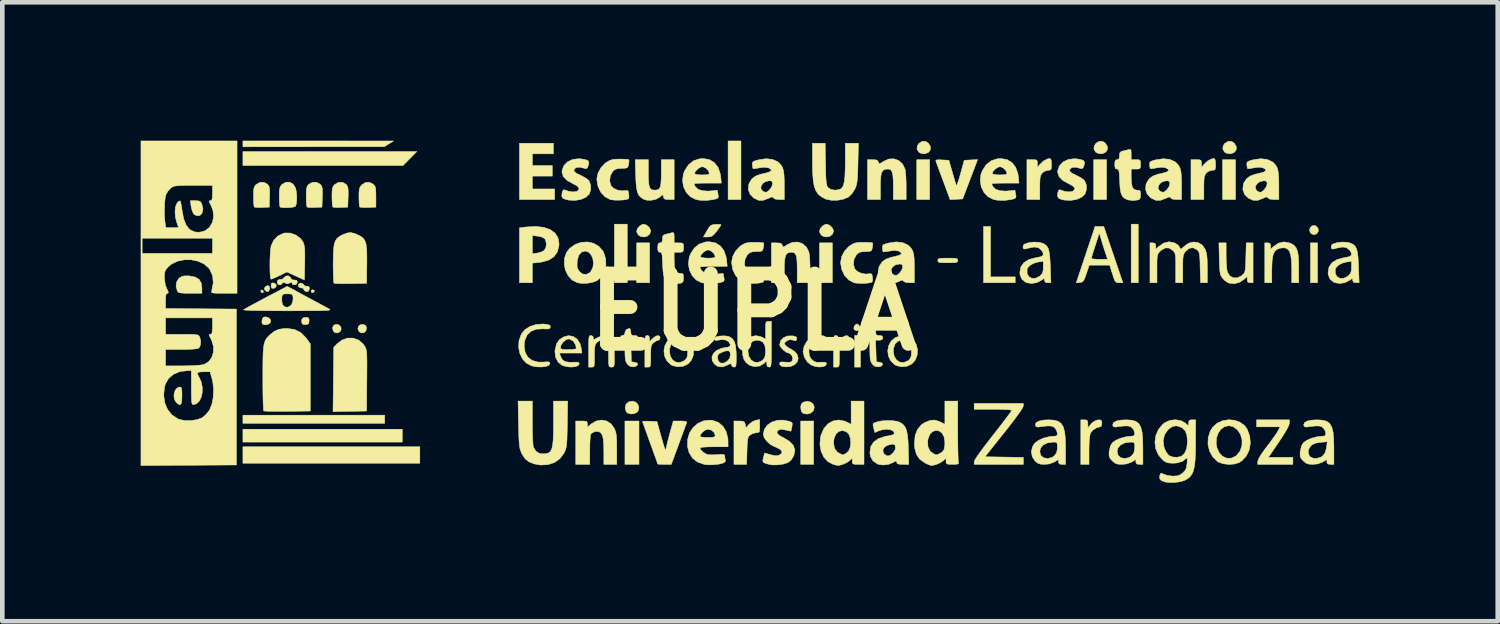
<source format=kicad_pcb>
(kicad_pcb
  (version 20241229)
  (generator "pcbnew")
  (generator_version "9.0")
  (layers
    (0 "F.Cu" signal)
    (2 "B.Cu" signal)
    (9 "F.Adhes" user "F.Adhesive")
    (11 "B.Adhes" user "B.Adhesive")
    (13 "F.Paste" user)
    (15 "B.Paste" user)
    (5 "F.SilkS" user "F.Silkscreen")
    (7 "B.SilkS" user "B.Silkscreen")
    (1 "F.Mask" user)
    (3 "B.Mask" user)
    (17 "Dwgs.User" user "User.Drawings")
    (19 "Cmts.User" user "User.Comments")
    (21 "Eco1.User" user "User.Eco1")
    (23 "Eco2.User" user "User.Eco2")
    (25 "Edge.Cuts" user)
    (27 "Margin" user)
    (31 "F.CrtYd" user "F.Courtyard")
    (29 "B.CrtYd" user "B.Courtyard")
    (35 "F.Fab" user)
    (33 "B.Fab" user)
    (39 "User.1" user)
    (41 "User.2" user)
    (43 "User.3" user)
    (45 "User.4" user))
  (footprint "EUPLA"
    (layer "F.Cu")
    (at 13.264 3.713)
    (property "Reference" "EUPLA" (at 0 0 0) (layer "F.SilkS") (effects (font (size 1.524 1.524) (thickness 0.3))))
    (attr through_hole)
    (fp_poly (pts (xy -7.976 2.413) (xy -11.049 2.413) (xy -11.049 2.235) (xy -7.976 2.235) (xy -7.976 2.413)) (stroke (width 0.01) (type solid)) (fill yes) (layer "F.SilkS"))
    (fp_poly (pts (xy -7.595 2.819) (xy -11.049 2.819) (xy -11.049 2.54) (xy -7.595 2.54) (xy -7.595 2.819)) (stroke (width 0.01) (type solid)) (fill yes) (layer "F.SilkS"))
    (fp_poly (pts (xy -7.214 3.277) (xy -11.049 3.277) (xy -11.049 2.921) (xy -7.214 2.921) (xy -7.214 3.277)) (stroke (width 0.01) (type solid)) (fill yes) (layer "F.SilkS"))
    (fp_poly (pts (xy -2.718 -0.635) (xy -2.997 -0.635) (xy -2.997 -1.905) (xy -2.718 -1.905) (xy -2.718 -0.635)) (stroke (width 0.01) (type solid)) (fill yes) (layer "F.SilkS"))
    (fp_poly (pts (xy -2.464 3.302) (xy -2.769 3.302) (xy -2.769 2.362) (xy -2.464 2.362) (xy -2.464 3.302)) (stroke (width 0.01) (type solid)) (fill yes) (layer "F.SilkS"))
    (fp_poly (pts (xy -2.235 -0.635) (xy -2.515 -0.635) (xy -2.515 -1.499) (xy -2.235 -1.499) (xy -2.235 -0.635)) (stroke (width 0.01) (type solid)) (fill yes) (layer "F.SilkS"))
    (fp_poly (pts (xy -0.254 -2.438) (xy -0.533 -2.438) (xy -0.533 -3.708) (xy -0.254 -3.708) (xy -0.254 -2.438)) (stroke (width 0.01) (type solid)) (fill yes) (layer "F.SilkS"))
    (fp_poly (pts (xy 1.321 3.302) (xy 1.041 3.302) (xy 1.041 2.362) (xy 1.321 2.362) (xy 1.321 3.302)) (stroke (width 0.01) (type solid)) (fill yes) (layer "F.SilkS"))
    (fp_poly (pts (xy 1.727 -0.635) (xy 1.448 -0.635) (xy 1.448 -1.499) (xy 1.727 -1.499) (xy 1.727 -0.635)) (stroke (width 0.01) (type solid)) (fill yes) (layer "F.SilkS"))
    (fp_poly (pts (xy 2.337 1.194) (xy 2.21 1.194) (xy 2.21 0.508) (xy 2.337 0.508) (xy 2.337 1.194)) (stroke (width 0.01) (type solid)) (fill yes) (layer "F.SilkS"))
    (fp_poly (pts (xy 3.835 -2.438) (xy 3.556 -2.438) (xy 3.556 -3.302) (xy 3.835 -3.302) (xy 3.835 -2.438)) (stroke (width 0.01) (type solid)) (fill yes) (layer "F.SilkS"))
    (fp_poly (pts (xy 7.671 -2.438) (xy 7.391 -2.438) (xy 7.391 -3.302) (xy 7.671 -3.302) (xy 7.671 -2.438)) (stroke (width 0.01) (type solid)) (fill yes) (layer "F.SilkS"))
    (fp_poly (pts (xy 8.357 -0.635) (xy 8.204 -0.635) (xy 8.204 -1.905) (xy 8.357 -1.905) (xy 8.357 -0.635)) (stroke (width 0.01) (type solid)) (fill yes) (layer "F.SilkS"))
    (fp_poly (pts (xy 10.465 -2.438) (xy 10.185 -2.438) (xy 10.185 -3.302) (xy 10.465 -3.302) (xy 10.465 -2.438)) (stroke (width 0.01) (type solid)) (fill yes) (layer "F.SilkS"))
    (fp_poly (pts (xy 12.243 -0.635) (xy 12.09 -0.635) (xy 12.09 -1.499) (xy 12.243 -1.499) (xy 12.243 -0.635)) (stroke (width 0.01) (type solid)) (fill yes) (layer "F.SilkS"))
    (fp_poly (pts (xy -9.417 -3.708) (xy -7.785 -3.707) (xy -7.988 -3.582) (xy -9.519 -3.582) (xy -11.049 -3.581) (xy -11.049 -3.708) (xy -9.417 -3.708)) (stroke (width 0.01) (type solid)) (fill yes) (layer "F.SilkS"))
    (fp_poly (pts (xy 5.156 -0.762) (xy 5.69 -0.762) (xy 5.69 -0.635) (xy 5.004 -0.635) (xy 5.004 -1.854) (xy 5.156 -1.854) (xy 5.156 -0.762)) (stroke (width 0.01) (type solid)) (fill yes) (layer "F.SilkS"))
    (fp_poly (pts (xy -10.615 -0.465) (xy -10.602 -0.433) (xy -10.613 -0.422) (xy -10.648 -0.424) (xy -10.656 -0.433) (xy -10.662 -0.469) (xy -10.637 -0.479) (xy -10.615 -0.465)) (stroke (width 0.01) (type solid)) (fill yes) (layer "F.SilkS"))
    (fp_poly (pts (xy -7.429 -3.327) (xy -7.58 -3.175) (xy -9.315 -3.175) (xy -11.049 -3.175) (xy -11.049 -3.48) (xy -9.164 -3.48) (xy -7.279 -3.48) (xy -7.429 -3.327)) (stroke (width 0.01) (type solid)) (fill yes) (layer "F.SilkS"))
    (fp_poly (pts (xy -9.504 -0.47) (xy -9.5 -0.459) (xy -9.516 -0.426) (xy -9.549 -0.418) (xy -9.56 -0.424) (xy -9.575 -0.461) (xy -9.548 -0.482) (xy -9.538 -0.483) (xy -9.504 -0.47)) (stroke (width 0.01) (type solid)) (fill yes) (layer "F.SilkS"))
    (fp_poly (pts (xy -10.477 -0.557) (xy -10.467 -0.505) (xy -10.469 -0.494) (xy -10.494 -0.447) (xy -10.536 -0.445) (xy -10.567 -0.47) (xy -10.586 -0.508) (xy -10.566 -0.544) (xy -10.558 -0.553) (xy -10.512 -0.576) (xy -10.477 -0.557)) (stroke (width 0.01) (type solid)) (fill yes) (layer "F.SilkS"))
    (fp_poly (pts (xy -10.382 -0.63) (xy -10.334 -0.605) (xy -10.325 -0.572) (xy -10.346 -0.526) (xy -10.382 -0.513) (xy -10.425 -0.516) (xy -10.439 -0.551) (xy -10.439 -0.572) (xy -10.432 -0.62) (xy -10.4 -0.632) (xy -10.382 -0.63)) (stroke (width 0.01) (type solid)) (fill yes) (layer "F.SilkS"))
    (fp_poly (pts (xy -8.964 0.28) (xy -8.923 0.327) (xy -8.921 0.387) (xy -8.946 0.427) (xy -9.004 0.455) (xy -9.062 0.442) (xy -9.092 0.408) (xy -9.107 0.341) (xy -9.083 0.29) (xy -9.031 0.266) (xy -8.964 0.28)) (stroke (width 0.01) (type solid)) (fill yes) (layer "F.SilkS"))
    (fp_poly (pts (xy -8.392 0.29) (xy -8.368 0.341) (xy -8.383 0.408) (xy -8.429 0.45) (xy -8.489 0.452) (xy -8.529 0.427) (xy -8.558 0.369) (xy -8.545 0.311) (xy -8.511 0.28) (xy -8.444 0.266) (xy -8.392 0.29)) (stroke (width 0.01) (type solid)) (fill yes) (layer "F.SilkS"))
    (fp_poly (pts (xy -9.636 0.121) (xy -9.616 0.15) (xy -9.614 0.191) (xy -9.622 0.246) (xy -9.655 0.27) (xy -9.684 0.275) (xy -9.746 0.268) (xy -9.769 0.244) (xy -9.779 0.173) (xy -9.748 0.128) (xy -9.69 0.114) (xy -9.636 0.121)) (stroke (width 0.01) (type solid)) (fill yes) (layer "F.SilkS"))
    (fp_poly (pts (xy 2.284 0.268) (xy 2.302 0.285) (xy 2.33 0.337) (xy 2.317 0.383) (xy 2.27 0.406) (xy 2.261 0.406) (xy 2.211 0.389) (xy 2.193 0.366) (xy 2.197 0.319) (xy 2.219 0.285) (xy 2.255 0.257) (xy 2.284 0.268)) (stroke (width 0.01) (type solid)) (fill yes) (layer "F.SilkS"))
    (fp_poly (pts (xy -4.318 -3.429) (xy -4.775 -3.429) (xy -4.775 -3.175) (xy -4.343 -3.175) (xy -4.343 -2.946) (xy -4.775 -2.946) (xy -4.775 -2.667) (xy -4.293 -2.667) (xy -4.293 -2.438) (xy -5.055 -2.438) (xy -5.055 -3.658) (xy -4.318 -3.658) (xy -4.318 -3.429)) (stroke (width 0.01) (type solid)) (fill yes) (layer "F.SilkS"))
    (fp_poly (pts (xy 12.211 -1.864) (xy 12.254 -1.814) (xy 12.261 -1.755) (xy 12.235 -1.704) (xy 12.181 -1.677) (xy 12.167 -1.676) (xy 12.113 -1.695) (xy 12.091 -1.713) (xy 12.069 -1.77) (xy 12.083 -1.825) (xy 12.122 -1.866) (xy 12.175 -1.877) (xy 12.211 -1.864)) (stroke (width 0.01) (type solid)) (fill yes) (layer "F.SilkS"))
    (fp_poly (pts (xy -10.549 0.106) (xy -10.482 0.13) (xy -10.448 0.174) (xy -10.454 0.226) (xy -10.463 0.239) (xy -10.511 0.27) (xy -10.572 0.278) (xy -10.621 0.263) (xy -10.631 0.253) (xy -10.638 0.209) (xy -10.631 0.162) (xy -10.608 0.115) (xy -10.561 0.105) (xy -10.549 0.106)) (stroke (width 0.01) (type solid)) (fill yes) (layer "F.SilkS"))
    (fp_poly (pts (xy -2.538 1.951) (xy -2.487 2.003) (xy -2.466 2.071) (xy -2.482 2.141) (xy -2.504 2.17) (xy -2.563 2.202) (xy -2.637 2.21) (xy -2.704 2.194) (xy -2.742 2.161) (xy -2.765 2.075) (xy -2.746 2.001) (xy -2.69 1.948) (xy -2.612 1.93) (xy -2.538 1.951)) (stroke (width 0.01) (type solid)) (fill yes) (layer "F.SilkS"))
    (fp_poly (pts (xy 3.754 -3.697) (xy 3.81 -3.658) (xy 3.853 -3.587) (xy 3.852 -3.518) (xy 3.813 -3.462) (xy 3.74 -3.431) (xy 3.708 -3.429) (xy 3.64 -3.443) (xy 3.596 -3.469) (xy 3.56 -3.536) (xy 3.571 -3.608) (xy 3.607 -3.658) (xy 3.679 -3.702) (xy 3.754 -3.697)) (stroke (width 0.01) (type solid)) (fill yes) (layer "F.SilkS"))
    (fp_poly (pts (xy 7.589 -3.697) (xy 7.645 -3.658) (xy 7.689 -3.587) (xy 7.688 -3.518) (xy 7.648 -3.462) (xy 7.575 -3.431) (xy 7.544 -3.429) (xy 7.476 -3.443) (xy 7.431 -3.469) (xy 7.395 -3.536) (xy 7.406 -3.608) (xy 7.442 -3.658) (xy 7.515 -3.702) (xy 7.589 -3.697)) (stroke (width 0.01) (type solid)) (fill yes) (layer "F.SilkS"))
    (fp_poly (pts (xy 10.383 -3.697) (xy 10.439 -3.658) (xy 10.483 -3.587) (xy 10.482 -3.518) (xy 10.442 -3.462) (xy 10.369 -3.431) (xy 10.338 -3.429) (xy 10.27 -3.443) (xy 10.225 -3.469) (xy 10.189 -3.536) (xy 10.2 -3.608) (xy 10.236 -3.658) (xy 10.309 -3.702) (xy 10.383 -3.697)) (stroke (width 0.01) (type solid)) (fill yes) (layer "F.SilkS"))
    (fp_poly (pts (xy -12.007 -2.408) (xy -11.966 -2.387) (xy -11.942 -2.348) (xy -11.914 -2.238) (xy -11.936 -2.139) (xy -11.939 -2.132) (xy -11.985 -2.091) (xy -12.047 -2.086) (xy -12.105 -2.116) (xy -12.125 -2.14) (xy -12.151 -2.202) (xy -12.171 -2.285) (xy -12.174 -2.305) (xy -12.187 -2.413) (xy -12.079 -2.413) (xy -12.007 -2.408)) (stroke (width 0.01) (type solid)) (fill yes) (layer "F.SilkS"))
    (fp_poly (pts (xy -2.3 -1.884) (xy -2.243 -1.833) (xy -2.212 -1.771) (xy -2.21 -1.754) (xy -2.233 -1.687) (xy -2.292 -1.64) (xy -2.362 -1.626) (xy -2.43 -1.639) (xy -2.475 -1.666) (xy -2.507 -1.72) (xy -2.515 -1.754) (xy -2.493 -1.816) (xy -2.442 -1.872) (xy -2.379 -1.903) (xy -2.362 -1.905) (xy -2.3 -1.884)) (stroke (width 0.01) (type solid)) (fill yes) (layer "F.SilkS"))
    (fp_poly (pts (xy 1.663 -1.884) (xy 1.719 -1.833) (xy 1.751 -1.771) (xy 1.753 -1.754) (xy 1.73 -1.687) (xy 1.671 -1.64) (xy 1.6 -1.626) (xy 1.532 -1.639) (xy 1.488 -1.666) (xy 1.455 -1.72) (xy 1.448 -1.754) (xy 1.469 -1.816) (xy 1.521 -1.872) (xy 1.584 -1.903) (xy 1.6 -1.905) (xy 1.663 -1.884)) (stroke (width 0.01) (type solid)) (fill yes) (layer "F.SilkS"))
    (fp_poly (pts (xy -12.394 1.63) (xy -12.379 1.652) (xy -12.372 1.701) (xy -12.37 1.787) (xy -12.37 1.816) (xy -12.374 1.927) (xy -12.389 1.991) (xy -12.417 2.01) (xy -12.461 1.988) (xy -12.497 1.956) (xy -12.535 1.89) (xy -12.545 1.81) (xy -12.531 1.73) (xy -12.495 1.665) (xy -12.442 1.629) (xy -12.419 1.626) (xy -12.394 1.63)) (stroke (width 0.01) (type solid)) (fill yes) (layer "F.SilkS"))
    (fp_poly (pts (xy 1.26 1.952) (xy 1.313 1.997) (xy 1.335 2.06) (xy 1.319 2.132) (xy 1.311 2.145) (xy 1.255 2.192) (xy 1.18 2.212) (xy 1.106 2.201) (xy 1.072 2.179) (xy 1.051 2.134) (xy 1.041 2.067) (xy 1.041 2.064) (xy 1.052 1.997) (xy 1.091 1.958) (xy 1.103 1.952) (xy 1.187 1.934) (xy 1.26 1.952)) (stroke (width 0.01) (type solid)) (fill yes) (layer "F.SilkS"))
    (fp_poly (pts (xy -0.691 -1.896) (xy -0.686 -1.891) (xy -0.7 -1.864) (xy -0.738 -1.81) (xy -0.781 -1.751) (xy -0.839 -1.681) (xy -0.885 -1.644) (xy -0.934 -1.629) (xy -0.972 -1.627) (xy -1.068 -1.626) (xy -0.992 -1.759) (xy -0.947 -1.833) (xy -0.91 -1.874) (xy -0.867 -1.893) (xy -0.801 -1.9) (xy -0.801 -1.9) (xy -0.733 -1.901) (xy -0.691 -1.896)) (stroke (width 0.01) (type solid)) (fill yes) (layer "F.SilkS"))
    (fp_poly (pts (xy -9.758 -0.618) (xy -9.74 -0.6) (xy -9.705 -0.567) (xy -9.687 -0.561) (xy -9.627 -0.559) (xy -9.605 -0.525) (xy -9.606 -0.504) (xy -9.629 -0.451) (xy -9.676 -0.442) (xy -9.696 -0.449) (xy -9.726 -0.481) (xy -9.728 -0.493) (xy -9.75 -0.517) (xy -9.785 -0.523) (xy -9.835 -0.539) (xy -9.85 -0.565) (xy -9.84 -0.609) (xy -9.803 -0.629) (xy -9.758 -0.618)) (stroke (width 0.01) (type solid)) (fill yes) (layer "F.SilkS"))
    (fp_poly (pts (xy -12.207 -0.782) (xy -12.082 -0.758) (xy -11.998 -0.707) (xy -11.951 -0.625) (xy -11.938 -0.519) (xy -11.938 -0.406) (xy -12.191 -0.406) (xy -12.309 -0.407) (xy -12.385 -0.412) (xy -12.432 -0.421) (xy -12.458 -0.437) (xy -12.471 -0.456) (xy -12.498 -0.551) (xy -12.488 -0.647) (xy -12.441 -0.725) (xy -12.427 -0.737) (xy -12.377 -0.769) (xy -12.32 -0.783) (xy -12.237 -0.784) (xy -12.207 -0.782)) (stroke (width 0.01) (type solid)) (fill yes) (layer "F.SilkS"))
    (fp_poly (pts (xy 4.334 -1.167) (xy 4.398 -1.163) (xy 4.431 -1.153) (xy 4.444 -1.135) (xy 4.445 -1.118) (xy 4.441 -1.093) (xy 4.422 -1.078) (xy 4.379 -1.07) (xy 4.301 -1.067) (xy 4.229 -1.067) (xy 4.124 -1.068) (xy 4.06 -1.072) (xy 4.027 -1.082) (xy 4.015 -1.101) (xy 4.013 -1.118) (xy 4.017 -1.142) (xy 4.036 -1.157) (xy 4.079 -1.165) (xy 4.157 -1.168) (xy 4.229 -1.168) (xy 4.334 -1.167)) (stroke (width 0.01) (type solid)) (fill yes) (layer "F.SilkS"))
    (fp_poly (pts (xy -8.543 0.607) (xy -8.444 0.691) (xy -8.407 0.743) (xy -8.392 0.771) (xy -8.38 0.802) (xy -8.371 0.843) (xy -8.365 0.901) (xy -8.362 0.982) (xy -8.36 1.092) (xy -8.361 1.239) (xy -8.362 1.428) (xy -8.363 1.486) (xy -8.369 2.146) (xy -8.732 2.153) (xy -9.096 2.16) (xy -9.088 1.463) (xy -9.081 0.766) (xy -9.017 0.698) (xy -8.905 0.61) (xy -8.783 0.565) (xy -8.659 0.565) (xy -8.543 0.607)) (stroke (width 0.01) (type solid)) (fill yes) (layer "F.SilkS"))
    (fp_poly (pts (xy -8.226 -2.771) (xy -8.197 -2.743) (xy -8.179 -2.709) (xy -8.17 -2.656) (xy -8.167 -2.573) (xy -8.166 -2.498) (xy -8.166 -2.273) (xy -8.332 -2.266) (xy -8.42 -2.265) (xy -8.487 -2.269) (xy -8.516 -2.276) (xy -8.525 -2.309) (xy -8.531 -2.378) (xy -8.534 -2.471) (xy -8.534 -2.495) (xy -8.533 -2.599) (xy -8.525 -2.666) (xy -8.509 -2.711) (xy -8.48 -2.749) (xy -8.472 -2.757) (xy -8.391 -2.809) (xy -8.304 -2.812) (xy -8.226 -2.771)) (stroke (width 0.01) (type solid)) (fill yes) (layer "F.SilkS"))
    (fp_poly (pts (xy -10.518 -2.771) (xy -10.515 -2.768) (xy -10.489 -2.736) (xy -10.475 -2.696) (xy -10.468 -2.635) (xy -10.469 -2.541) (xy -10.47 -2.495) (xy -10.477 -2.273) (xy -10.631 -2.266) (xy -10.715 -2.265) (xy -10.778 -2.269) (xy -10.802 -2.276) (xy -10.811 -2.309) (xy -10.817 -2.378) (xy -10.82 -2.472) (xy -10.82 -2.502) (xy -10.819 -2.608) (xy -10.812 -2.676) (xy -10.797 -2.721) (xy -10.771 -2.755) (xy -10.762 -2.764) (xy -10.681 -2.81) (xy -10.595 -2.813) (xy -10.518 -2.771)) (stroke (width 0.01) (type solid)) (fill yes) (layer "F.SilkS"))
    (fp_poly (pts (xy -9.378 -2.773) (xy -9.372 -2.768) (xy -9.346 -2.736) (xy -9.332 -2.696) (xy -9.325 -2.635) (xy -9.326 -2.541) (xy -9.327 -2.495) (xy -9.335 -2.273) (xy -9.488 -2.266) (xy -9.572 -2.265) (xy -9.635 -2.269) (xy -9.659 -2.276) (xy -9.668 -2.309) (xy -9.674 -2.378) (xy -9.677 -2.473) (xy -9.677 -2.505) (xy -9.676 -2.613) (xy -9.669 -2.682) (xy -9.654 -2.727) (xy -9.629 -2.761) (xy -9.622 -2.768) (xy -9.543 -2.811) (xy -9.455 -2.813) (xy -9.378 -2.773)) (stroke (width 0.01) (type solid)) (fill yes) (layer "F.SilkS"))
    (fp_poly (pts (xy -8.816 -2.771) (xy -8.813 -2.768) (xy -8.788 -2.736) (xy -8.773 -2.696) (xy -8.767 -2.635) (xy -8.767 -2.541) (xy -8.768 -2.495) (xy -8.776 -2.273) (xy -8.929 -2.266) (xy -9.013 -2.265) (xy -9.076 -2.269) (xy -9.101 -2.276) (xy -9.109 -2.309) (xy -9.115 -2.378) (xy -9.118 -2.472) (xy -9.119 -2.502) (xy -9.117 -2.608) (xy -9.11 -2.676) (xy -9.095 -2.721) (xy -9.069 -2.755) (xy -9.06 -2.764) (xy -8.979 -2.81) (xy -8.893 -2.813) (xy -8.816 -2.771)) (stroke (width 0.01) (type solid)) (fill yes) (layer "F.SilkS"))
    (fp_poly (pts (xy 11.633 2.409) (xy 11.618 2.464) (xy 11.572 2.555) (xy 11.494 2.682) (xy 11.406 2.815) (xy 11.178 3.15) (xy 11.709 3.15) (xy 11.709 3.302) (xy 10.947 3.302) (xy 10.947 3.238) (xy 10.965 3.184) (xy 11.015 3.097) (xy 11.098 2.979) (xy 11.147 2.914) (xy 11.227 2.808) (xy 11.299 2.708) (xy 11.356 2.626) (xy 11.388 2.573) (xy 11.389 2.572) (xy 11.431 2.489) (xy 10.922 2.489) (xy 10.922 2.337) (xy 11.633 2.337) (xy 11.633 2.409)) (stroke (width 0.01) (type solid)) (fill yes) (layer "F.SilkS"))
    (fp_poly (pts (xy -9.963 -2.775) (xy -9.911 -2.695) (xy -9.909 -2.689) (xy -9.891 -2.611) (xy -9.882 -2.516) (xy -9.883 -2.421) (xy -9.892 -2.34) (xy -9.91 -2.293) (xy -9.911 -2.291) (xy -9.951 -2.276) (xy -10.021 -2.265) (xy -10.104 -2.261) (xy -10.182 -2.263) (xy -10.235 -2.272) (xy -10.245 -2.278) (xy -10.253 -2.309) (xy -10.258 -2.378) (xy -10.261 -2.472) (xy -10.262 -2.502) (xy -10.26 -2.608) (xy -10.253 -2.676) (xy -10.238 -2.721) (xy -10.212 -2.755) (xy -10.203 -2.764) (xy -10.121 -2.813) (xy -10.037 -2.815) (xy -9.963 -2.775)) (stroke (width 0.01) (type solid)) (fill yes) (layer "F.SilkS"))
    (fp_poly (pts (xy 6.462 -3.315) (xy 6.474 -3.272) (xy 6.477 -3.2) (xy 6.475 -3.125) (xy 6.465 -3.088) (xy 6.439 -3.075) (xy 6.405 -3.073) (xy 6.329 -3.053) (xy 6.278 -3.015) (xy 6.253 -2.982) (xy 6.237 -2.943) (xy 6.228 -2.886) (xy 6.224 -2.798) (xy 6.223 -2.697) (xy 6.223 -2.438) (xy 5.944 -2.438) (xy 5.944 -3.302) (xy 6.058 -3.302) (xy 6.128 -3.3) (xy 6.161 -3.287) (xy 6.172 -3.254) (xy 6.172 -3.219) (xy 6.172 -3.137) (xy 6.229 -3.204) (xy 6.311 -3.279) (xy 6.397 -3.321) (xy 6.437 -3.327) (xy 6.462 -3.315)) (stroke (width 0.01) (type solid)) (fill yes) (layer "F.SilkS"))
    (fp_poly (pts (xy 10.018 -3.315) (xy 10.03 -3.272) (xy 10.033 -3.2) (xy 10.031 -3.125) (xy 10.021 -3.088) (xy 9.995 -3.075) (xy 9.961 -3.073) (xy 9.885 -3.053) (xy 9.834 -3.015) (xy 9.809 -2.982) (xy 9.793 -2.943) (xy 9.784 -2.886) (xy 9.78 -2.798) (xy 9.779 -2.697) (xy 9.779 -2.438) (xy 9.5 -2.438) (xy 9.5 -3.302) (xy 9.614 -3.302) (xy 9.684 -3.3) (xy 9.717 -3.287) (xy 9.728 -3.254) (xy 9.728 -3.219) (xy 9.728 -3.137) (xy 9.785 -3.204) (xy 9.867 -3.279) (xy 9.953 -3.321) (xy 9.993 -3.327) (xy 10.018 -3.315)) (stroke (width 0.01) (type solid)) (fill yes) (layer "F.SilkS"))
    (fp_poly (pts (xy 0.152 2.473) (xy 0.151 2.554) (xy 0.143 2.597) (xy 0.122 2.613) (xy 0.081 2.616) (xy 0.079 2.616) (xy 0.004 2.632) (xy -0.054 2.665) (xy -0.08 2.689) (xy -0.098 2.72) (xy -0.109 2.766) (xy -0.116 2.839) (xy -0.121 2.948) (xy -0.123 3.008) (xy -0.131 3.302) (xy -0.406 3.302) (xy -0.406 2.362) (xy -0.291 2.362) (xy -0.22 2.365) (xy -0.183 2.38) (xy -0.166 2.415) (xy -0.162 2.436) (xy -0.147 2.509) (xy -0.08 2.436) (xy -0.013 2.382) (xy 0.061 2.348) (xy 0.07 2.346) (xy 0.152 2.33) (xy 0.152 2.473)) (stroke (width 0.01) (type solid)) (fill yes) (layer "F.SilkS"))
    (fp_poly (pts (xy 7.238 2.341) (xy 7.26 2.365) (xy 7.265 2.422) (xy 7.265 2.432) (xy 7.267 2.49) (xy 7.275 2.503) (xy 7.293 2.478) (xy 7.294 2.477) (xy 7.36 2.396) (xy 7.445 2.347) (xy 7.499 2.337) (xy 7.549 2.344) (xy 7.567 2.376) (xy 7.569 2.413) (xy 7.558 2.473) (xy 7.53 2.489) (xy 7.453 2.509) (xy 7.376 2.559) (xy 7.322 2.623) (xy 7.32 2.628) (xy 7.307 2.685) (xy 7.296 2.783) (xy 7.291 2.911) (xy 7.29 2.998) (xy 7.29 3.302) (xy 7.112 3.302) (xy 7.112 2.337) (xy 7.188 2.337) (xy 7.238 2.341)) (stroke (width 0.01) (type solid)) (fill yes) (layer "F.SilkS"))
    (fp_poly (pts (xy -10.024 -0.758) (xy -10.015 -0.739) (xy -9.986 -0.7) (xy -9.935 -0.694) (xy -9.884 -0.688) (xy -9.868 -0.655) (xy -9.868 -0.648) (xy -9.889 -0.602) (xy -9.925 -0.589) (xy -9.972 -0.595) (xy -9.982 -0.621) (xy -9.989 -0.647) (xy -10.018 -0.638) (xy -10.033 -0.629) (xy -10.086 -0.61) (xy -10.132 -0.628) (xy -10.173 -0.645) (xy -10.193 -0.625) (xy -10.195 -0.621) (xy -10.228 -0.589) (xy -10.274 -0.59) (xy -10.303 -0.621) (xy -10.304 -0.674) (xy -10.272 -0.704) (xy -10.237 -0.704) (xy -10.189 -0.714) (xy -10.164 -0.74) (xy -10.119 -0.779) (xy -10.066 -0.785) (xy -10.024 -0.758)) (stroke (width 0.01) (type solid)) (fill yes) (layer "F.SilkS"))
    (fp_poly (pts (xy -10.017 -1.711) (xy -9.9 -1.668) (xy -9.801 -1.595) (xy -9.748 -1.521) (xy -9.729 -1.477) (xy -9.717 -1.426) (xy -9.709 -1.358) (xy -9.707 -1.263) (xy -9.707 -1.132) (xy -9.708 -1.062) (xy -9.716 -0.695) (xy -9.906 -0.781) (xy -10.097 -0.868) (xy -10.256 -0.79) (xy -10.339 -0.75) (xy -10.405 -0.722) (xy -10.439 -0.711) (xy -10.44 -0.711) (xy -10.451 -0.735) (xy -10.458 -0.798) (xy -10.463 -0.891) (xy -10.464 -1.002) (xy -10.463 -1.122) (xy -10.458 -1.238) (xy -10.451 -1.34) (xy -10.44 -1.418) (xy -10.436 -1.437) (xy -10.382 -1.556) (xy -10.289 -1.65) (xy -10.171 -1.706) (xy -10.136 -1.714) (xy -10.017 -1.711)) (stroke (width 0.01) (type solid)) (fill yes) (layer "F.SilkS"))
    (fp_poly (pts (xy -8.623 -1.701) (xy -8.567 -1.677) (xy -8.495 -1.641) (xy -8.442 -1.599) (xy -8.405 -1.545) (xy -8.38 -1.472) (xy -8.367 -1.37) (xy -8.362 -1.234) (xy -8.362 -1.056) (xy -8.363 -1.041) (xy -8.369 -0.622) (xy -8.714 -0.615) (xy -8.841 -0.614) (xy -8.95 -0.615) (xy -9.03 -0.619) (xy -9.072 -0.624) (xy -9.076 -0.626) (xy -9.082 -0.656) (xy -9.087 -0.728) (xy -9.09 -0.833) (xy -9.093 -0.962) (xy -9.093 -1.052) (xy -9.091 -1.233) (xy -9.084 -1.37) (xy -9.069 -1.472) (xy -9.043 -1.547) (xy -9.005 -1.601) (xy -8.95 -1.643) (xy -8.883 -1.677) (xy -8.786 -1.714) (xy -8.707 -1.722) (xy -8.623 -1.701)) (stroke (width 0.01) (type solid)) (fill yes) (layer "F.SilkS"))
    (fp_poly (pts (xy 4.815 -3.144) (xy 4.78 -3.051) (xy 4.733 -2.929) (xy 4.683 -2.797) (xy 4.653 -2.718) (xy 4.552 -2.451) (xy 4.415 -2.444) (xy 4.279 -2.436) (xy 4.135 -2.825) (xy 4.085 -2.959) (xy 4.041 -3.079) (xy 4.005 -3.176) (xy 3.981 -3.24) (xy 3.974 -3.259) (xy 3.969 -3.284) (xy 3.986 -3.297) (xy 4.035 -3.3) (xy 4.104 -3.297) (xy 4.253 -3.289) (xy 4.326 -3.035) (xy 4.358 -2.925) (xy 4.386 -2.831) (xy 4.406 -2.766) (xy 4.413 -2.743) (xy 4.424 -2.751) (xy 4.444 -2.8) (xy 4.472 -2.882) (xy 4.503 -2.99) (xy 4.505 -2.997) (xy 4.585 -3.289) (xy 4.73 -3.297) (xy 4.875 -3.304) (xy 4.815 -3.144)) (stroke (width 0.01) (type solid)) (fill yes) (layer "F.SilkS"))
    (fp_poly (pts (xy 5.866 2.038) (xy 5.85 2.076) (xy 5.804 2.149) (xy 5.73 2.252) (xy 5.633 2.383) (xy 5.514 2.536) (xy 5.45 2.616) (xy 5.035 3.137) (xy 5.867 3.151) (xy 5.867 3.302) (xy 4.801 3.302) (xy 4.801 3.245) (xy 4.817 3.206) (xy 4.863 3.132) (xy 4.938 3.025) (xy 5.039 2.89) (xy 5.163 2.729) (xy 5.207 2.673) (xy 5.317 2.533) (xy 5.415 2.406) (xy 5.498 2.296) (xy 5.562 2.211) (xy 5.602 2.154) (xy 5.613 2.133) (xy 5.589 2.123) (xy 5.518 2.116) (xy 5.405 2.111) (xy 5.255 2.108) (xy 5.207 2.108) (xy 4.801 2.108) (xy 4.801 1.981) (xy 5.867 1.981) (xy 5.866 2.038)) (stroke (width 0.01) (type solid)) (fill yes) (layer "F.SilkS"))
    (fp_poly (pts (xy -4.531 -1.836) (xy -4.39 -1.788) (xy -4.285 -1.712) (xy -4.22 -1.61) (xy -4.197 -1.484) (xy -4.199 -1.44) (xy -4.232 -1.305) (xy -4.306 -1.2) (xy -4.42 -1.126) (xy -4.576 -1.082) (xy -4.635 -1.074) (xy -4.775 -1.06) (xy -4.775 -0.635) (xy -5.055 -0.635) (xy -5.055 -1.263) (xy -4.775 -1.263) (xy -4.672 -1.277) (xy -4.592 -1.297) (xy -4.528 -1.328) (xy -4.519 -1.335) (xy -4.482 -1.399) (xy -4.472 -1.483) (xy -4.491 -1.564) (xy -4.504 -1.585) (xy -4.555 -1.62) (xy -4.642 -1.642) (xy -4.656 -1.644) (xy -4.775 -1.658) (xy -4.775 -1.263) (xy -5.055 -1.263) (xy -5.055 -1.825) (xy -4.912 -1.843) (xy -4.706 -1.855) (xy -4.531 -1.836)) (stroke (width 0.01) (type solid)) (fill yes) (layer "F.SilkS"))
    (fp_poly (pts (xy -9.931 0.378) (xy -9.797 0.444) (xy -9.684 0.556) (xy -9.666 0.58) (xy -9.588 0.69) (xy -9.588 2.146) (xy -10.085 2.153) (xy -10.239 2.154) (xy -10.376 2.154) (xy -10.487 2.152) (xy -10.564 2.148) (xy -10.599 2.143) (xy -10.6 2.143) (xy -10.604 2.114) (xy -10.608 2.04) (xy -10.612 1.93) (xy -10.615 1.789) (xy -10.617 1.624) (xy -10.617 1.442) (xy -10.617 1.43) (xy -10.617 1.208) (xy -10.615 1.03) (xy -10.611 0.89) (xy -10.603 0.783) (xy -10.591 0.701) (xy -10.573 0.639) (xy -10.549 0.589) (xy -10.517 0.547) (xy -10.476 0.505) (xy -10.461 0.491) (xy -10.368 0.417) (xy -10.27 0.374) (xy -10.149 0.357) (xy -10.088 0.356) (xy -9.931 0.378)) (stroke (width 0.01) (type solid)) (fill yes) (layer "F.SilkS"))
    (fp_poly (pts (xy -2.247 0.522) (xy -2.235 0.572) (xy -2.235 0.575) (xy -2.235 0.642) (xy -2.168 0.575) (xy -2.104 0.525) (xy -2.049 0.509) (xy -2.014 0.527) (xy -2.007 0.559) (xy -2.021 0.6) (xy -2.041 0.61) (xy -2.084 0.624) (xy -2.14 0.66) (xy -2.143 0.662) (xy -2.174 0.69) (xy -2.194 0.72) (xy -2.204 0.766) (xy -2.209 0.838) (xy -2.21 0.949) (xy -2.21 0.954) (xy -2.21 1.066) (xy -2.213 1.136) (xy -2.221 1.174) (xy -2.237 1.19) (xy -2.263 1.194) (xy -2.273 1.194) (xy -2.337 1.194) (xy -2.337 0.851) (xy -2.336 0.713) (xy -2.334 0.618) (xy -2.33 0.558) (xy -2.321 0.525) (xy -2.307 0.511) (xy -2.287 0.508) (xy -2.286 0.508) (xy -2.247 0.522)) (stroke (width 0.01) (type solid)) (fill yes) (layer "F.SilkS"))
    (fp_poly (pts (xy 1.842 0.522) (xy 1.854 0.572) (xy 1.854 0.575) (xy 1.854 0.642) (xy 1.921 0.575) (xy 1.985 0.525) (xy 2.04 0.509) (xy 2.075 0.527) (xy 2.083 0.559) (xy 2.068 0.6) (xy 2.048 0.61) (xy 2.005 0.624) (xy 1.949 0.66) (xy 1.947 0.662) (xy 1.915 0.69) (xy 1.896 0.72) (xy 1.885 0.766) (xy 1.88 0.838) (xy 1.88 0.949) (xy 1.88 0.954) (xy 1.879 1.066) (xy 1.876 1.136) (xy 1.868 1.174) (xy 1.852 1.19) (xy 1.826 1.194) (xy 1.816 1.194) (xy 1.753 1.194) (xy 1.753 0.851) (xy 1.753 0.713) (xy 1.755 0.618) (xy 1.76 0.558) (xy 1.768 0.525) (xy 1.782 0.511) (xy 1.802 0.508) (xy 1.803 0.508) (xy 1.842 0.522)) (stroke (width 0.01) (type solid)) (fill yes) (layer "F.SilkS"))
    (fp_poly (pts (xy 11.643 -1.496) (xy 11.672 -1.484) (xy 11.734 -1.446) (xy 11.778 -1.394) (xy 11.808 -1.321) (xy 11.827 -1.218) (xy 11.835 -1.078) (xy 11.836 -0.955) (xy 11.836 -0.635) (xy 11.684 -0.635) (xy 11.684 -0.928) (xy 11.679 -1.104) (xy 11.662 -1.233) (xy 11.632 -1.322) (xy 11.584 -1.374) (xy 11.518 -1.393) (xy 11.43 -1.384) (xy 11.428 -1.384) (xy 11.36 -1.357) (xy 11.311 -1.309) (xy 11.278 -1.231) (xy 11.259 -1.117) (xy 11.253 -0.961) (xy 11.252 -0.921) (xy 11.252 -0.635) (xy 11.1 -0.635) (xy 11.1 -1.499) (xy 11.163 -1.499) (xy 11.211 -1.489) (xy 11.226 -1.45) (xy 11.227 -1.431) (xy 11.227 -1.363) (xy 11.284 -1.416) (xy 11.397 -1.493) (xy 11.518 -1.52) (xy 11.643 -1.496)) (stroke (width 0.01) (type solid)) (fill yes) (layer "F.SilkS"))
    (fp_poly (pts (xy 1.082 -1.481) (xy 1.166 -1.406) (xy 1.219 -1.298) (xy 1.219 -1.297) (xy 1.229 -1.235) (xy 1.238 -1.136) (xy 1.243 -1.016) (xy 1.244 -0.921) (xy 1.245 -0.635) (xy 0.965 -0.635) (xy 0.965 -0.916) (xy 0.963 -1.065) (xy 0.954 -1.17) (xy 0.937 -1.239) (xy 0.909 -1.278) (xy 0.868 -1.294) (xy 0.841 -1.295) (xy 0.78 -1.288) (xy 0.737 -1.262) (xy 0.709 -1.21) (xy 0.693 -1.125) (xy 0.686 -0.999) (xy 0.686 -0.919) (xy 0.686 -0.635) (xy 0.406 -0.635) (xy 0.406 -1.499) (xy 0.518 -1.499) (xy 0.591 -1.494) (xy 0.628 -1.476) (xy 0.643 -1.447) (xy 0.653 -1.417) (xy 0.672 -1.413) (xy 0.711 -1.434) (xy 0.753 -1.462) (xy 0.866 -1.512) (xy 0.979 -1.517) (xy 1.082 -1.481)) (stroke (width 0.01) (type solid)) (fill yes) (layer "F.SilkS"))
    (fp_poly (pts (xy 1.524 0.514) (xy 1.58 0.536) (xy 1.6 0.574) (xy 1.583 0.597) (xy 1.528 0.608) (xy 1.472 0.61) (xy 1.354 0.626) (xy 1.274 0.675) (xy 1.23 0.759) (xy 1.219 0.851) (xy 1.227 0.939) (xy 1.257 1.002) (xy 1.284 1.032) (xy 1.333 1.072) (xy 1.386 1.089) (xy 1.465 1.089) (xy 1.474 1.088) (xy 1.551 1.086) (xy 1.589 1.095) (xy 1.6 1.118) (xy 1.6 1.121) (xy 1.578 1.162) (xy 1.521 1.186) (xy 1.44 1.192) (xy 1.35 1.179) (xy 1.27 1.149) (xy 1.184 1.081) (xy 1.121 0.981) (xy 1.093 0.868) (xy 1.092 0.851) (xy 1.115 0.741) (xy 1.175 0.638) (xy 1.26 0.561) (xy 1.272 0.554) (xy 1.357 0.522) (xy 1.445 0.508) (xy 1.524 0.514)) (stroke (width 0.01) (type solid)) (fill yes) (layer "F.SilkS"))
    (fp_poly (pts (xy 3.165 -3.284) (xy 3.248 -3.21) (xy 3.302 -3.101) (xy 3.302 -3.101) (xy 3.312 -3.038) (xy 3.321 -2.939) (xy 3.326 -2.82) (xy 3.327 -2.724) (xy 3.327 -2.438) (xy 3.048 -2.438) (xy 3.048 -2.719) (xy 3.046 -2.868) (xy 3.037 -2.974) (xy 3.02 -3.042) (xy 2.992 -3.081) (xy 2.951 -3.097) (xy 2.924 -3.099) (xy 2.863 -3.092) (xy 2.82 -3.065) (xy 2.792 -3.013) (xy 2.776 -2.928) (xy 2.769 -2.803) (xy 2.769 -2.722) (xy 2.769 -2.438) (xy 2.489 -2.438) (xy 2.489 -3.302) (xy 2.601 -3.302) (xy 2.674 -3.297) (xy 2.711 -3.28) (xy 2.725 -3.25) (xy 2.736 -3.221) (xy 2.755 -3.216) (xy 2.794 -3.237) (xy 2.836 -3.265) (xy 2.948 -3.316) (xy 3.061 -3.321) (xy 3.165 -3.284)) (stroke (width 0.01) (type solid)) (fill yes) (layer "F.SilkS"))
    (fp_poly (pts (xy 8.024 -0.635) (xy 7.941 -0.635) (xy 7.899 -0.637) (xy 7.87 -0.651) (xy 7.846 -0.685) (xy 7.822 -0.751) (xy 7.798 -0.826) (xy 7.738 -1.016) (xy 7.294 -1.016) (xy 7.233 -0.832) (xy 7.2 -0.738) (xy 7.174 -0.682) (xy 7.148 -0.654) (xy 7.112 -0.642) (xy 7.092 -0.64) (xy 7.013 -0.632) (xy 7.19 -1.162) (xy 7.341 -1.162) (xy 7.364 -1.153) (xy 7.425 -1.146) (xy 7.511 -1.143) (xy 7.517 -1.143) (xy 7.694 -1.143) (xy 7.658 -1.246) (xy 7.632 -1.323) (xy 7.599 -1.427) (xy 7.568 -1.529) (xy 7.514 -1.711) (xy 7.427 -1.446) (xy 7.392 -1.337) (xy 7.364 -1.246) (xy 7.346 -1.184) (xy 7.341 -1.162) (xy 7.19 -1.162) (xy 7.421 -1.854) (xy 7.61 -1.854) (xy 8.024 -0.635)) (stroke (width 0.01) (type solid)) (fill yes) (layer "F.SilkS"))
    (fp_poly (pts (xy -2.261 -3.021) (xy -2.259 -2.873) (xy -2.25 -2.769) (xy -2.234 -2.701) (xy -2.206 -2.662) (xy -2.164 -2.645) (xy -2.121 -2.642) (xy -2.067 -2.647) (xy -2.028 -2.669) (xy -2.003 -2.714) (xy -1.989 -2.79) (xy -1.982 -2.904) (xy -1.981 -3.021) (xy -1.981 -3.302) (xy -1.702 -3.302) (xy -1.702 -2.438) (xy -1.816 -2.438) (xy -1.888 -2.442) (xy -1.921 -2.456) (xy -1.93 -2.486) (xy -1.93 -2.489) (xy -1.938 -2.531) (xy -1.963 -2.533) (xy -2.013 -2.495) (xy -2.022 -2.486) (xy -2.098 -2.443) (xy -2.197 -2.422) (xy -2.298 -2.424) (xy -2.36 -2.444) (xy -2.422 -2.483) (xy -2.467 -2.53) (xy -2.498 -2.595) (xy -2.517 -2.684) (xy -2.529 -2.807) (xy -2.536 -2.96) (xy -2.546 -3.302) (xy -2.261 -3.302) (xy -2.261 -3.021)) (stroke (width 0.01) (type solid)) (fill yes) (layer "F.SilkS"))
    (fp_poly (pts (xy -3.165 2.362) (xy -3.069 2.424) (xy -3.004 2.514) (xy -2.98 2.566) (xy -2.964 2.62) (xy -2.954 2.685) (xy -2.948 2.775) (xy -2.947 2.899) (xy -2.946 2.964) (xy -2.946 3.302) (xy -3.226 3.302) (xy -3.226 3.024) (xy -3.229 2.866) (xy -3.239 2.752) (xy -3.257 2.673) (xy -3.287 2.623) (xy -3.329 2.595) (xy -3.333 2.593) (xy -3.409 2.588) (xy -3.482 2.621) (xy -3.511 2.652) (xy -3.518 2.687) (xy -3.524 2.762) (xy -3.529 2.866) (xy -3.53 2.988) (xy -3.53 2.991) (xy -3.531 3.302) (xy -3.835 3.302) (xy -3.835 2.362) (xy -3.708 2.362) (xy -3.633 2.364) (xy -3.596 2.375) (xy -3.583 2.4) (xy -3.581 2.428) (xy -3.581 2.494) (xy -3.504 2.429) (xy -3.393 2.363) (xy -3.276 2.341) (xy -3.165 2.362)) (stroke (width 0.01) (type solid)) (fill yes) (layer "F.SilkS"))
    (fp_poly (pts (xy -4.486 0.265) (xy -4.416 0.279) (xy -4.387 0.298) (xy -4.386 0.329) (xy -4.4 0.355) (xy -4.432 0.367) (xy -4.495 0.367) (xy -4.543 0.364) (xy -4.69 0.372) (xy -4.808 0.419) (xy -4.893 0.504) (xy -4.941 0.624) (xy -4.953 0.737) (xy -4.932 0.873) (xy -4.873 0.979) (xy -4.778 1.05) (xy -4.651 1.085) (xy -4.542 1.085) (xy -4.459 1.079) (xy -4.414 1.083) (xy -4.396 1.099) (xy -4.394 1.117) (xy -4.417 1.154) (xy -4.478 1.179) (xy -4.566 1.191) (xy -4.669 1.189) (xy -4.775 1.171) (xy -4.793 1.166) (xy -4.903 1.109) (xy -4.989 1.017) (xy -5.047 0.898) (xy -5.073 0.763) (xy -5.065 0.623) (xy -5.018 0.486) (xy -5.016 0.482) (xy -4.939 0.385) (xy -4.827 0.313) (xy -4.69 0.269) (xy -4.541 0.259) (xy -4.486 0.265)) (stroke (width 0.01) (type solid)) (fill yes) (layer "F.SilkS"))
    (fp_poly (pts (xy -1.438 0.553) (xy -1.37 0.607) (xy -1.306 0.703) (xy -1.279 0.818) (xy -1.286 0.936) (xy -1.328 1.044) (xy -1.4 1.124) (xy -1.508 1.176) (xy -1.627 1.187) (xy -1.74 1.16) (xy -1.778 1.138) (xy -1.863 1.054) (xy -1.911 0.951) (xy -1.923 0.851) (xy -1.803 0.851) (xy -1.785 0.959) (xy -1.735 1.039) (xy -1.663 1.086) (xy -1.577 1.094) (xy -1.488 1.057) (xy -1.47 1.044) (xy -1.433 1.005) (xy -1.415 0.954) (xy -1.41 0.873) (xy -1.41 0.856) (xy -1.422 0.737) (xy -1.46 0.659) (xy -1.528 0.619) (xy -1.602 0.61) (xy -1.698 0.631) (xy -1.764 0.692) (xy -1.799 0.79) (xy -1.803 0.851) (xy -1.923 0.851) (xy -1.924 0.839) (xy -1.903 0.73) (xy -1.851 0.632) (xy -1.769 0.559) (xy -1.668 0.52) (xy -1.543 0.514) (xy -1.438 0.553)) (stroke (width 0.01) (type solid)) (fill yes) (layer "F.SilkS"))
    (fp_poly (pts (xy 3.414 0.553) (xy 3.481 0.607) (xy 3.545 0.703) (xy 3.573 0.818) (xy 3.565 0.936) (xy 3.523 1.044) (xy 3.451 1.124) (xy 3.344 1.176) (xy 3.225 1.187) (xy 3.112 1.16) (xy 3.073 1.138) (xy 2.988 1.054) (xy 2.94 0.951) (xy 2.929 0.851) (xy 3.048 0.851) (xy 3.067 0.959) (xy 3.117 1.039) (xy 3.189 1.086) (xy 3.274 1.094) (xy 3.363 1.057) (xy 3.382 1.044) (xy 3.418 1.005) (xy 3.436 0.954) (xy 3.442 0.873) (xy 3.442 0.856) (xy 3.43 0.737) (xy 3.391 0.659) (xy 3.323 0.619) (xy 3.249 0.61) (xy 3.154 0.631) (xy 3.087 0.692) (xy 3.052 0.79) (xy 3.048 0.851) (xy 2.929 0.851) (xy 2.927 0.839) (xy 2.948 0.73) (xy 3 0.632) (xy 3.082 0.559) (xy 3.184 0.52) (xy 3.309 0.514) (xy 3.414 0.553)) (stroke (width 0.01) (type solid)) (fill yes) (layer "F.SilkS"))
    (fp_poly (pts (xy 10.262 -1.223) (xy 10.264 -1.101) (xy 10.271 -0.989) (xy 10.281 -0.904) (xy 10.29 -0.867) (xy 10.34 -0.784) (xy 10.415 -0.742) (xy 10.503 -0.741) (xy 10.594 -0.785) (xy 10.609 -0.798) (xy 10.639 -0.825) (xy 10.659 -0.853) (xy 10.672 -0.892) (xy 10.68 -0.952) (xy 10.685 -1.043) (xy 10.689 -1.174) (xy 10.689 -1.179) (xy 10.698 -1.499) (xy 10.846 -1.499) (xy 10.846 -0.635) (xy 10.782 -0.635) (xy 10.735 -0.645) (xy 10.719 -0.684) (xy 10.719 -0.703) (xy 10.719 -0.771) (xy 10.662 -0.717) (xy 10.555 -0.645) (xy 10.44 -0.614) (xy 10.328 -0.626) (xy 10.289 -0.642) (xy 10.231 -0.685) (xy 10.175 -0.744) (xy 10.175 -0.745) (xy 10.153 -0.78) (xy 10.137 -0.823) (xy 10.127 -0.883) (xy 10.12 -0.97) (xy 10.115 -1.094) (xy 10.114 -1.157) (xy 10.105 -1.499) (xy 10.262 -1.499) (xy 10.262 -1.223)) (stroke (width 0.01) (type solid)) (fill yes) (layer "F.SilkS"))
    (fp_poly (pts (xy -1.48 2.365) (xy -1.436 2.376) (xy -1.429 2.394) (xy -1.441 2.427) (xy -1.468 2.5) (xy -1.506 2.603) (xy -1.553 2.73) (xy -1.602 2.864) (xy -1.764 3.302) (xy -1.911 3.302) (xy -1.989 3.301) (xy -2.043 3.298) (xy -2.057 3.294) (xy -2.066 3.269) (xy -2.089 3.204) (xy -2.124 3.106) (xy -2.169 2.983) (xy -2.22 2.842) (xy -2.223 2.835) (xy -2.274 2.693) (xy -2.319 2.568) (xy -2.355 2.468) (xy -2.379 2.4) (xy -2.388 2.372) (xy -2.388 2.372) (xy -2.365 2.367) (xy -2.304 2.365) (xy -2.231 2.367) (xy -2.074 2.375) (xy -1.99 2.677) (xy -1.948 2.825) (xy -1.917 2.925) (xy -1.896 2.982) (xy -1.884 2.997) (xy -1.88 2.974) (xy -1.88 2.97) (xy -1.873 2.932) (xy -1.855 2.857) (xy -1.829 2.755) (xy -1.801 2.648) (xy -1.721 2.362) (xy -1.569 2.362) (xy -1.48 2.365)) (stroke (width 0.01) (type solid)) (fill yes) (layer "F.SilkS"))
    (fp_poly (pts (xy -3.448 -1.49) (xy -3.335 -1.424) (xy -3.247 -1.323) (xy -3.232 -1.296) (xy -3.187 -1.16) (xy -3.181 -1.019) (xy -3.211 -0.884) (xy -3.275 -0.769) (xy -3.367 -0.685) (xy -3.466 -0.645) (xy -3.59 -0.622) (xy -3.716 -0.621) (xy -3.802 -0.636) (xy -3.914 -0.695) (xy -4 -0.788) (xy -4.058 -0.905) (xy -4.077 -0.996) (xy -3.806 -0.996) (xy -3.792 -0.934) (xy -3.76 -0.883) (xy -3.689 -0.825) (xy -3.61 -0.814) (xy -3.535 -0.85) (xy -3.507 -0.88) (xy -3.464 -0.965) (xy -3.451 -1.062) (xy -3.465 -1.158) (xy -3.502 -1.241) (xy -3.559 -1.3) (xy -3.63 -1.321) (xy -3.711 -1.299) (xy -3.768 -1.232) (xy -3.8 -1.123) (xy -3.804 -1.085) (xy -3.806 -0.996) (xy -4.077 -0.996) (xy -4.085 -1.034) (xy -4.079 -1.164) (xy -4.038 -1.286) (xy -3.969 -1.378) (xy -3.848 -1.464) (xy -3.715 -1.511) (xy -3.578 -1.519) (xy -3.448 -1.49)) (stroke (width 0.01) (type solid)) (fill yes) (layer "F.SilkS"))
    (fp_poly (pts (xy -2.649 0.378) (xy -2.642 0.431) (xy -2.642 0.432) (xy -2.635 0.486) (xy -2.606 0.506) (xy -2.565 0.508) (xy -2.51 0.516) (xy -2.49 0.546) (xy -2.489 0.559) (xy -2.501 0.596) (xy -2.545 0.609) (xy -2.566 0.61) (xy -2.644 0.61) (xy -2.636 0.845) (xy -2.629 1.079) (xy -2.558 1.088) (xy -2.504 1.107) (xy -2.492 1.138) (xy -2.518 1.17) (xy -2.579 1.189) (xy -2.582 1.189) (xy -2.65 1.183) (xy -2.705 1.141) (xy -2.715 1.128) (xy -2.742 1.087) (xy -2.758 1.036) (xy -2.766 0.964) (xy -2.769 0.856) (xy -2.769 0.835) (xy -2.769 0.727) (xy -2.774 0.661) (xy -2.783 0.625) (xy -2.8 0.612) (xy -2.819 0.61) (xy -2.862 0.592) (xy -2.87 0.559) (xy -2.852 0.516) (xy -2.819 0.508) (xy -2.779 0.492) (xy -2.769 0.447) (xy -2.747 0.388) (xy -2.689 0.358) (xy -2.665 0.356) (xy -2.649 0.378)) (stroke (width 0.01) (type solid)) (fill yes) (layer "F.SilkS"))
    (fp_poly (pts (xy 2.66 0.378) (xy 2.667 0.431) (xy 2.667 0.432) (xy 2.673 0.486) (xy 2.703 0.506) (xy 2.743 0.508) (xy 2.799 0.516) (xy 2.819 0.546) (xy 2.819 0.559) (xy 2.808 0.596) (xy 2.764 0.609) (xy 2.742 0.61) (xy 2.665 0.61) (xy 2.672 0.845) (xy 2.68 1.079) (xy 2.751 1.088) (xy 2.805 1.107) (xy 2.817 1.138) (xy 2.791 1.17) (xy 2.73 1.189) (xy 2.727 1.189) (xy 2.658 1.183) (xy 2.604 1.141) (xy 2.594 1.128) (xy 2.567 1.087) (xy 2.551 1.036) (xy 2.543 0.964) (xy 2.54 0.856) (xy 2.54 0.835) (xy 2.539 0.727) (xy 2.535 0.661) (xy 2.526 0.625) (xy 2.508 0.612) (xy 2.489 0.61) (xy 2.447 0.592) (xy 2.438 0.559) (xy 2.456 0.516) (xy 2.489 0.508) (xy 2.53 0.492) (xy 2.54 0.447) (xy 2.562 0.388) (xy 2.62 0.358) (xy 2.644 0.356) (xy 2.66 0.378)) (stroke (width 0.01) (type solid)) (fill yes) (layer "F.SilkS"))
    (fp_poly (pts (xy 10.445 2.346) (xy 10.566 2.39) (xy 10.665 2.464) (xy 10.719 2.54) (xy 10.773 2.693) (xy 10.787 2.847) (xy 10.761 2.993) (xy 10.699 3.122) (xy 10.602 3.225) (xy 10.539 3.265) (xy 10.44 3.295) (xy 10.319 3.303) (xy 10.198 3.289) (xy 10.098 3.254) (xy 10.082 3.244) (xy 9.974 3.143) (xy 9.902 3.015) (xy 9.868 2.871) (xy 9.869 2.846) (xy 10.047 2.846) (xy 10.061 2.934) (xy 10.11 3.048) (xy 10.184 3.127) (xy 10.274 3.168) (xy 10.373 3.168) (xy 10.471 3.123) (xy 10.488 3.11) (xy 10.564 3.015) (xy 10.604 2.897) (xy 10.607 2.771) (xy 10.573 2.65) (xy 10.502 2.547) (xy 10.411 2.483) (xy 10.318 2.464) (xy 10.23 2.484) (xy 10.153 2.538) (xy 10.092 2.62) (xy 10.055 2.724) (xy 10.047 2.846) (xy 9.869 2.846) (xy 9.873 2.723) (xy 9.919 2.58) (xy 9.969 2.5) (xy 10.065 2.411) (xy 10.184 2.357) (xy 10.314 2.335) (xy 10.445 2.346)) (stroke (width 0.01) (type solid)) (fill yes) (layer "F.SilkS"))
    (fp_poly (pts (xy -4.775 2.399) (xy -4.774 2.552) (xy -4.771 2.691) (xy -4.765 2.806) (xy -4.759 2.889) (xy -4.752 2.928) (xy -4.697 3.019) (xy -4.616 3.066) (xy -4.56 3.073) (xy -4.486 3.07) (xy -4.429 3.056) (xy -4.387 3.026) (xy -4.356 2.973) (xy -4.337 2.893) (xy -4.325 2.78) (xy -4.319 2.627) (xy -4.318 2.43) (xy -4.318 2.414) (xy -4.318 1.93) (xy -4.009 1.93) (xy -4.017 2.433) (xy -4.021 2.606) (xy -4.024 2.737) (xy -4.029 2.833) (xy -4.037 2.904) (xy -4.048 2.958) (xy -4.063 3.002) (xy -4.083 3.047) (xy -4.091 3.061) (xy -4.178 3.178) (xy -4.297 3.262) (xy -4.441 3.309) (xy -4.601 3.316) (xy -4.731 3.293) (xy -4.847 3.248) (xy -4.931 3.182) (xy -4.997 3.082) (xy -5.013 3.048) (xy -5.031 3.003) (xy -5.046 2.952) (xy -5.056 2.889) (xy -5.063 2.805) (xy -5.069 2.691) (xy -5.073 2.539) (xy -5.075 2.432) (xy -5.085 1.93) (xy -4.775 1.93) (xy -4.775 2.399)) (stroke (width 0.01) (type solid)) (fill yes) (layer "F.SilkS"))
    (fp_poly (pts (xy 0.878 0.519) (xy 0.939 0.537) (xy 0.957 0.562) (xy 0.955 0.575) (xy 0.942 0.614) (xy 0.94 0.624) (xy 0.919 0.623) (xy 0.873 0.608) (xy 0.804 0.597) (xy 0.746 0.622) (xy 0.702 0.657) (xy 0.686 0.682) (xy 0.707 0.719) (xy 0.762 0.765) (xy 0.838 0.81) (xy 0.85 0.816) (xy 0.916 0.862) (xy 0.962 0.916) (xy 0.987 1.001) (xy 0.969 1.077) (xy 0.915 1.138) (xy 0.832 1.177) (xy 0.728 1.19) (xy 0.629 1.176) (xy 0.591 1.145) (xy 0.584 1.119) (xy 0.591 1.093) (xy 0.62 1.082) (xy 0.684 1.084) (xy 0.709 1.086) (xy 0.787 1.09) (xy 0.831 1.081) (xy 0.857 1.053) (xy 0.86 1.048) (xy 0.867 0.992) (xy 0.843 0.933) (xy 0.8 0.895) (xy 0.775 0.889) (xy 0.725 0.87) (xy 0.666 0.825) (xy 0.614 0.769) (xy 0.586 0.718) (xy 0.584 0.707) (xy 0.607 0.62) (xy 0.668 0.556) (xy 0.757 0.519) (xy 0.866 0.517) (xy 0.878 0.519)) (stroke (width 0.01) (type solid)) (fill yes) (layer "F.SilkS"))
    (fp_poly (pts (xy 1.58 -3.203) (xy 1.583 -3.038) (xy 1.587 -2.916) (xy 1.593 -2.829) (xy 1.601 -2.771) (xy 1.612 -2.731) (xy 1.628 -2.705) (xy 1.636 -2.695) (xy 1.702 -2.655) (xy 1.791 -2.641) (xy 1.88 -2.656) (xy 1.904 -2.666) (xy 1.94 -2.697) (xy 1.967 -2.748) (xy 1.986 -2.826) (xy 1.999 -2.938) (xy 2.005 -3.088) (xy 2.007 -3.255) (xy 2.007 -3.658) (xy 2.149 -3.658) (xy 2.292 -3.658) (xy 2.282 -3.219) (xy 2.278 -3.056) (xy 2.273 -2.934) (xy 2.265 -2.845) (xy 2.255 -2.778) (xy 2.241 -2.725) (xy 2.221 -2.677) (xy 2.214 -2.662) (xy 2.151 -2.564) (xy 2.075 -2.492) (xy 2.067 -2.487) (xy 1.963 -2.445) (xy 1.835 -2.422) (xy 1.704 -2.422) (xy 1.592 -2.445) (xy 1.575 -2.452) (xy 1.488 -2.499) (xy 1.42 -2.556) (xy 1.37 -2.629) (xy 1.334 -2.726) (xy 1.312 -2.853) (xy 1.3 -3.015) (xy 1.295 -3.221) (xy 1.295 -3.256) (xy 1.295 -3.658) (xy 1.433 -3.658) (xy 1.572 -3.658) (xy 1.58 -3.203)) (stroke (width 0.01) (type solid)) (fill yes) (layer "F.SilkS"))
    (fp_poly (pts (xy -3.89 0.53) (xy -3.805 0.588) (xy -3.743 0.682) (xy -3.716 0.783) (xy -3.702 0.889) (xy -4.188 0.889) (xy -4.162 0.966) (xy -4.123 1.036) (xy -4.061 1.076) (xy -3.967 1.09) (xy -3.896 1.088) (xy -3.816 1.086) (xy -3.774 1.093) (xy -3.76 1.113) (xy -3.759 1.121) (xy -3.782 1.159) (xy -3.84 1.183) (xy -3.922 1.193) (xy -4.014 1.187) (xy -4.103 1.165) (xy -4.132 1.153) (xy -4.218 1.084) (xy -4.271 0.983) (xy -4.286 0.86) (xy -4.283 0.817) (xy -4.268 0.761) (xy -4.166 0.761) (xy -4.161 0.789) (xy -4.138 0.805) (xy -4.087 0.812) (xy -4.005 0.813) (xy -3.919 0.811) (xy -3.855 0.805) (xy -3.829 0.798) (xy -3.826 0.766) (xy -3.84 0.71) (xy -3.84 0.709) (xy -3.89 0.629) (xy -3.965 0.588) (xy -4 0.584) (xy -4.053 0.605) (xy -4.109 0.654) (xy -4.152 0.714) (xy -4.166 0.761) (xy -4.268 0.761) (xy -4.251 0.691) (xy -4.192 0.602) (xy -4.101 0.541) (xy -3.992 0.512) (xy -3.89 0.53)) (stroke (width 0.01) (type solid)) (fill yes) (layer "F.SilkS"))
    (fp_poly (pts (xy -2.789 -3.313) (xy -2.719 -3.309) (xy -2.685 -3.303) (xy -2.684 -3.302) (xy -2.68 -3.271) (xy -2.687 -3.212) (xy -2.689 -3.202) (xy -2.702 -3.152) (xy -2.723 -3.126) (xy -2.767 -3.116) (xy -2.841 -3.113) (xy -2.927 -3.108) (xy -2.983 -3.089) (xy -3.028 -3.051) (xy -3.038 -3.04) (xy -3.086 -2.949) (xy -3.099 -2.842) (xy -3.073 -2.742) (xy -3.071 -2.739) (xy -3.017 -2.684) (xy -2.933 -2.644) (xy -2.837 -2.627) (xy -2.783 -2.63) (xy -2.725 -2.637) (xy -2.699 -2.619) (xy -2.686 -2.563) (xy -2.686 -2.561) (xy -2.682 -2.498) (xy -2.691 -2.457) (xy -2.692 -2.455) (xy -2.732 -2.44) (xy -2.805 -2.429) (xy -2.897 -2.424) (xy -2.989 -2.425) (xy -3.067 -2.434) (xy -3.091 -2.439) (xy -3.202 -2.499) (xy -3.292 -2.597) (xy -3.352 -2.722) (xy -3.377 -2.864) (xy -3.378 -2.883) (xy -3.354 -3.006) (xy -3.291 -3.126) (xy -3.199 -3.224) (xy -3.172 -3.243) (xy -3.106 -3.282) (xy -3.043 -3.304) (xy -2.964 -3.313) (xy -2.881 -3.315) (xy -2.789 -3.313)) (stroke (width 0.01) (type solid)) (fill yes) (layer "F.SilkS"))
    (fp_poly (pts (xy 0.132 -1.51) (xy 0.202 -1.505) (xy 0.236 -1.499) (xy 0.237 -1.498) (xy 0.241 -1.467) (xy 0.234 -1.408) (xy 0.232 -1.399) (xy 0.219 -1.348) (xy 0.198 -1.322) (xy 0.154 -1.312) (xy 0.08 -1.31) (xy -0.006 -1.304) (xy -0.062 -1.286) (xy -0.107 -1.247) (xy -0.117 -1.237) (xy -0.165 -1.145) (xy -0.178 -1.038) (xy -0.152 -0.938) (xy -0.15 -0.936) (xy -0.096 -0.881) (xy -0.012 -0.841) (xy 0.084 -0.823) (xy 0.138 -0.827) (xy 0.196 -0.834) (xy 0.222 -0.816) (xy 0.235 -0.76) (xy 0.235 -0.758) (xy 0.239 -0.694) (xy 0.23 -0.654) (xy 0.229 -0.652) (xy 0.189 -0.636) (xy 0.116 -0.625) (xy 0.024 -0.62) (xy -0.068 -0.622) (xy -0.146 -0.63) (xy -0.17 -0.636) (xy -0.281 -0.696) (xy -0.371 -0.793) (xy -0.431 -0.918) (xy -0.456 -1.06) (xy -0.457 -1.079) (xy -0.433 -1.203) (xy -0.37 -1.322) (xy -0.278 -1.421) (xy -0.251 -1.44) (xy -0.185 -1.479) (xy -0.122 -1.501) (xy -0.043 -1.51) (xy 0.04 -1.511) (xy 0.132 -1.51)) (stroke (width 0.01) (type solid)) (fill yes) (layer "F.SilkS"))
    (fp_poly (pts (xy 2.413 3.302) (xy 2.286 3.302) (xy 2.211 3.3) (xy 2.173 3.29) (xy 2.16 3.264) (xy 2.159 3.234) (xy 2.159 3.166) (xy 2.1 3.222) (xy 2.035 3.266) (xy 1.951 3.303) (xy 1.871 3.324) (xy 1.842 3.325) (xy 1.8 3.317) (xy 1.743 3.301) (xy 1.63 3.242) (xy 1.542 3.147) (xy 1.484 3.022) (xy 1.458 2.879) (xy 1.46 2.838) (xy 1.753 2.838) (xy 1.773 2.953) (xy 1.835 3.038) (xy 1.939 3.094) (xy 1.948 3.097) (xy 1.972 3.089) (xy 2.018 3.069) (xy 2.077 3.017) (xy 2.113 2.934) (xy 2.126 2.836) (xy 2.117 2.736) (xy 2.085 2.65) (xy 2.03 2.594) (xy 1.944 2.569) (xy 1.867 2.589) (xy 1.804 2.648) (xy 1.764 2.739) (xy 1.753 2.838) (xy 1.46 2.838) (xy 1.468 2.725) (xy 1.482 2.662) (xy 1.544 2.525) (xy 1.632 2.423) (xy 1.742 2.36) (xy 1.865 2.34) (xy 1.996 2.365) (xy 2.039 2.385) (xy 2.134 2.433) (xy 2.134 1.93) (xy 2.413 1.93) (xy 2.413 3.302)) (stroke (width 0.01) (type solid)) (fill yes) (layer "F.SilkS"))
    (fp_poly (pts (xy 2.494 -1.51) (xy 2.564 -1.505) (xy 2.598 -1.499) (xy 2.599 -1.498) (xy 2.603 -1.467) (xy 2.596 -1.408) (xy 2.595 -1.399) (xy 2.582 -1.348) (xy 2.56 -1.322) (xy 2.516 -1.312) (xy 2.442 -1.31) (xy 2.356 -1.304) (xy 2.3 -1.286) (xy 2.255 -1.247) (xy 2.246 -1.237) (xy 2.197 -1.145) (xy 2.185 -1.038) (xy 2.211 -0.938) (xy 2.212 -0.936) (xy 2.266 -0.881) (xy 2.351 -0.841) (xy 2.446 -0.823) (xy 2.5 -0.827) (xy 2.558 -0.834) (xy 2.584 -0.816) (xy 2.597 -0.76) (xy 2.598 -0.758) (xy 2.601 -0.694) (xy 2.592 -0.654) (xy 2.591 -0.652) (xy 2.552 -0.636) (xy 2.478 -0.625) (xy 2.387 -0.62) (xy 2.294 -0.622) (xy 2.216 -0.63) (xy 2.192 -0.636) (xy 2.081 -0.696) (xy 1.991 -0.793) (xy 1.931 -0.918) (xy 1.906 -1.06) (xy 1.906 -1.079) (xy 1.929 -1.203) (xy 1.992 -1.322) (xy 2.084 -1.421) (xy 2.111 -1.44) (xy 2.177 -1.479) (xy 2.24 -1.501) (xy 2.319 -1.51) (xy 2.403 -1.511) (xy 2.494 -1.51)) (stroke (width 0.01) (type solid)) (fill yes) (layer "F.SilkS"))
    (fp_poly (pts (xy -9.674 -0.333) (xy -9.536 -0.259) (xy -9.41 -0.191) (xy -9.302 -0.133) (xy -9.223 -0.09) (xy -9.182 -0.068) (xy -9.165 -0.058) (xy -9.161 -0.049) (xy -9.173 -0.043) (xy -9.205 -0.037) (xy -9.262 -0.033) (xy -9.349 -0.031) (xy -9.469 -0.029) (xy -9.626 -0.028) (xy -9.826 -0.027) (xy -10.072 -0.026) (xy -10.083 -0.026) (xy -10.33 -0.027) (xy -10.546 -0.028) (xy -10.727 -0.031) (xy -10.869 -0.034) (xy -10.969 -0.039) (xy -11.025 -0.044) (xy -11.035 -0.049) (xy -11.006 -0.067) (xy -10.939 -0.105) (xy -10.842 -0.159) (xy -10.72 -0.224) (xy -10.583 -0.297) (xy -10.579 -0.3) (xy -10.206 -0.3) (xy -10.204 -0.222) (xy -10.188 -0.158) (xy -10.186 -0.153) (xy -10.139 -0.11) (xy -10.077 -0.105) (xy -10.016 -0.137) (xy -9.994 -0.163) (xy -9.967 -0.235) (xy -9.961 -0.309) (xy -9.97 -0.361) (xy -9.99 -0.386) (xy -10.039 -0.393) (xy -10.084 -0.394) (xy -10.154 -0.392) (xy -10.189 -0.378) (xy -10.202 -0.341) (xy -10.206 -0.3) (xy -10.579 -0.3) (xy -10.55 -0.315) (xy -10.089 -0.557) (xy -9.674 -0.333)) (stroke (width 0.01) (type solid)) (fill yes) (layer "F.SilkS"))
    (fp_poly (pts (xy -3.705 -3.317) (xy -3.614 -3.3) (xy -3.566 -3.278) (xy -3.551 -3.242) (xy -3.56 -3.184) (xy -3.561 -3.18) (xy -3.584 -3.122) (xy -3.616 -3.107) (xy -3.627 -3.109) (xy -3.723 -3.134) (xy -3.787 -3.139) (xy -3.833 -3.125) (xy -3.846 -3.116) (xy -3.877 -3.081) (xy -3.867 -3.045) (xy -3.815 -3.004) (xy -3.72 -2.958) (xy -3.638 -2.915) (xy -3.572 -2.868) (xy -3.546 -2.841) (xy -3.512 -2.753) (xy -3.51 -2.651) (xy -3.541 -2.559) (xy -3.545 -2.554) (xy -3.617 -2.486) (xy -3.724 -2.44) (xy -3.852 -2.419) (xy -3.988 -2.426) (xy -4.058 -2.441) (xy -4.116 -2.468) (xy -4.138 -2.51) (xy -4.131 -2.582) (xy -4.124 -2.609) (xy -4.103 -2.649) (xy -4.068 -2.645) (xy -3.986 -2.616) (xy -3.897 -2.604) (xy -3.824 -2.611) (xy -3.808 -2.617) (xy -3.764 -2.656) (xy -3.771 -2.7) (xy -3.828 -2.747) (xy -3.896 -2.781) (xy -4.024 -2.853) (xy -4.103 -2.935) (xy -4.133 -3.026) (xy -4.131 -3.071) (xy -4.09 -3.176) (xy -4.011 -3.256) (xy -3.902 -3.307) (xy -3.771 -3.323) (xy -3.705 -3.317)) (stroke (width 0.01) (type solid)) (fill yes) (layer "F.SilkS"))
    (fp_poly (pts (xy 7.04 -3.317) (xy 7.13 -3.3) (xy 7.178 -3.278) (xy 7.193 -3.242) (xy 7.184 -3.184) (xy 7.183 -3.18) (xy 7.16 -3.122) (xy 7.129 -3.107) (xy 7.117 -3.109) (xy 7.021 -3.134) (xy 6.957 -3.139) (xy 6.912 -3.125) (xy 6.899 -3.116) (xy 6.868 -3.081) (xy 6.877 -3.045) (xy 6.929 -3.004) (xy 7.024 -2.958) (xy 7.106 -2.915) (xy 7.172 -2.868) (xy 7.198 -2.841) (xy 7.233 -2.753) (xy 7.234 -2.651) (xy 7.203 -2.559) (xy 7.199 -2.554) (xy 7.127 -2.486) (xy 7.02 -2.44) (xy 6.892 -2.419) (xy 6.756 -2.426) (xy 6.687 -2.441) (xy 6.629 -2.468) (xy 6.606 -2.51) (xy 6.613 -2.582) (xy 6.62 -2.609) (xy 6.641 -2.649) (xy 6.677 -2.645) (xy 6.758 -2.616) (xy 6.847 -2.604) (xy 6.92 -2.611) (xy 6.936 -2.617) (xy 6.98 -2.656) (xy 6.973 -2.7) (xy 6.916 -2.747) (xy 6.849 -2.781) (xy 6.72 -2.853) (xy 6.641 -2.935) (xy 6.611 -3.026) (xy 6.613 -3.071) (xy 6.654 -3.176) (xy 6.733 -3.256) (xy 6.842 -3.307) (xy 6.973 -3.323) (xy 7.04 -3.317)) (stroke (width 0.01) (type solid)) (fill yes) (layer "F.SilkS"))
    (fp_poly (pts (xy -3.463 0.526) (xy -3.454 0.558) (xy -3.452 0.59) (xy -3.437 0.595) (xy -3.396 0.573) (xy -3.372 0.559) (xy -3.263 0.514) (xy -3.167 0.516) (xy -3.087 0.564) (xy -3.033 0.649) (xy -3.013 0.727) (xy -3.001 0.842) (xy -2.997 0.964) (xy -2.998 1.073) (xy -3.001 1.14) (xy -3.01 1.176) (xy -3.027 1.191) (xy -3.055 1.194) (xy -3.061 1.194) (xy -3.09 1.192) (xy -3.108 1.181) (xy -3.118 1.151) (xy -3.123 1.094) (xy -3.124 0.998) (xy -3.124 0.944) (xy -3.126 0.824) (xy -3.131 0.744) (xy -3.142 0.694) (xy -3.161 0.661) (xy -3.171 0.652) (xy -3.245 0.614) (xy -3.324 0.623) (xy -3.378 0.66) (xy -3.403 0.691) (xy -3.418 0.733) (xy -3.426 0.798) (xy -3.429 0.896) (xy -3.429 0.953) (xy -3.429 1.064) (xy -3.432 1.135) (xy -3.44 1.174) (xy -3.456 1.19) (xy -3.482 1.194) (xy -3.493 1.194) (xy -3.556 1.194) (xy -3.556 0.851) (xy -3.556 0.713) (xy -3.554 0.618) (xy -3.549 0.558) (xy -3.54 0.525) (xy -3.526 0.511) (xy -3.506 0.508) (xy -3.505 0.508) (xy -3.463 0.526)) (stroke (width 0.01) (type solid)) (fill yes) (layer "F.SilkS"))
    (fp_poly (pts (xy 0.771 2.364) (xy 0.833 2.384) (xy 0.857 2.409) (xy 0.856 2.457) (xy 0.851 2.485) (xy 0.839 2.546) (xy 0.83 2.58) (xy 0.829 2.583) (xy 0.805 2.579) (xy 0.747 2.566) (xy 0.716 2.558) (xy 0.629 2.542) (xy 0.573 2.552) (xy 0.564 2.556) (xy 0.526 2.595) (xy 0.534 2.636) (xy 0.589 2.682) (xy 0.664 2.722) (xy 0.795 2.801) (xy 0.879 2.888) (xy 0.913 2.983) (xy 0.914 3.002) (xy 0.893 3.109) (xy 0.838 3.203) (xy 0.766 3.262) (xy 0.672 3.294) (xy 0.554 3.312) (xy 0.436 3.315) (xy 0.365 3.304) (xy 0.279 3.281) (xy 0.234 3.26) (xy 0.219 3.23) (xy 0.226 3.181) (xy 0.233 3.155) (xy 0.258 3.055) (xy 0.386 3.092) (xy 0.478 3.114) (xy 0.543 3.113) (xy 0.574 3.102) (xy 0.629 3.063) (xy 0.634 3.02) (xy 0.591 2.974) (xy 0.502 2.929) (xy 0.474 2.918) (xy 0.385 2.871) (xy 0.306 2.802) (xy 0.25 2.724) (xy 0.229 2.652) (xy 0.253 2.544) (xy 0.319 2.45) (xy 0.414 2.386) (xy 0.54 2.345) (xy 0.666 2.343) (xy 0.771 2.364)) (stroke (width 0.01) (type solid)) (fill yes) (layer "F.SilkS"))
    (fp_poly (pts (xy -0.941 -3.305) (xy -0.832 -3.24) (xy -0.751 -3.137) (xy -0.703 -2.998) (xy -0.693 -2.934) (xy -0.679 -2.794) (xy -0.974 -2.794) (xy -1.09 -2.793) (xy -1.185 -2.79) (xy -1.248 -2.785) (xy -1.27 -2.78) (xy -1.259 -2.748) (xy -1.246 -2.72) (xy -1.187 -2.662) (xy -1.09 -2.629) (xy -0.962 -2.621) (xy -0.916 -2.625) (xy -0.768 -2.64) (xy -0.752 -2.561) (xy -0.743 -2.503) (xy -0.752 -2.472) (xy -0.791 -2.453) (xy -0.855 -2.437) (xy -1.005 -2.418) (xy -1.156 -2.424) (xy -1.236 -2.441) (xy -1.351 -2.499) (xy -1.439 -2.592) (xy -1.497 -2.71) (xy -1.52 -2.843) (xy -1.504 -2.982) (xy -1.494 -3.01) (xy -1.26 -3.01) (xy -1.257 -2.997) (xy -1.225 -2.984) (xy -1.159 -2.974) (xy -1.091 -2.972) (xy -1.003 -2.975) (xy -0.956 -2.985) (xy -0.94 -3.006) (xy -0.94 -3.01) (xy -0.961 -3.063) (xy -1.011 -3.115) (xy -1.071 -3.146) (xy -1.093 -3.15) (xy -1.142 -3.134) (xy -1.195 -3.097) (xy -1.239 -3.051) (xy -1.26 -3.01) (xy -1.494 -3.01) (xy -1.476 -3.061) (xy -1.392 -3.191) (xy -1.282 -3.279) (xy -1.147 -3.322) (xy -1.075 -3.327) (xy -0.941 -3.305)) (stroke (width 0.01) (type solid)) (fill yes) (layer "F.SilkS"))
    (fp_poly (pts (xy -0.814 -1.502) (xy -0.705 -1.437) (xy -0.624 -1.333) (xy -0.576 -1.194) (xy -0.566 -1.131) (xy -0.552 -0.991) (xy -0.847 -0.991) (xy -0.963 -0.989) (xy -1.058 -0.986) (xy -1.121 -0.982) (xy -1.143 -0.976) (xy -1.132 -0.945) (xy -1.119 -0.916) (xy -1.06 -0.859) (xy -0.963 -0.825) (xy -0.835 -0.818) (xy -0.789 -0.821) (xy -0.641 -0.837) (xy -0.625 -0.757) (xy -0.616 -0.7) (xy -0.625 -0.668) (xy -0.664 -0.649) (xy -0.728 -0.633) (xy -0.878 -0.614) (xy -1.029 -0.621) (xy -1.109 -0.637) (xy -1.224 -0.695) (xy -1.312 -0.788) (xy -1.37 -0.907) (xy -1.393 -1.04) (xy -1.377 -1.178) (xy -1.367 -1.207) (xy -1.133 -1.207) (xy -1.13 -1.194) (xy -1.098 -1.18) (xy -1.032 -1.171) (xy -0.964 -1.168) (xy -0.876 -1.171) (xy -0.829 -1.182) (xy -0.813 -1.202) (xy -0.813 -1.206) (xy -0.834 -1.26) (xy -0.884 -1.311) (xy -0.944 -1.343) (xy -0.966 -1.346) (xy -1.015 -1.331) (xy -1.068 -1.294) (xy -1.112 -1.248) (xy -1.133 -1.207) (xy -1.367 -1.207) (xy -1.349 -1.257) (xy -1.265 -1.388) (xy -1.155 -1.475) (xy -1.02 -1.519) (xy -0.948 -1.524) (xy -0.814 -1.502)) (stroke (width 0.01) (type solid)) (fill yes) (layer "F.SilkS"))
    (fp_poly (pts (xy 5.511 -3.305) (xy 5.62 -3.24) (xy 5.7 -3.137) (xy 5.749 -2.998) (xy 5.758 -2.934) (xy 5.773 -2.794) (xy 5.477 -2.794) (xy 5.361 -2.793) (xy 5.267 -2.79) (xy 5.204 -2.785) (xy 5.182 -2.78) (xy 5.192 -2.748) (xy 5.206 -2.72) (xy 5.264 -2.662) (xy 5.361 -2.629) (xy 5.489 -2.621) (xy 5.535 -2.625) (xy 5.684 -2.64) (xy 5.699 -2.561) (xy 5.709 -2.503) (xy 5.699 -2.472) (xy 5.661 -2.453) (xy 5.596 -2.437) (xy 5.447 -2.418) (xy 5.296 -2.424) (xy 5.216 -2.441) (xy 5.101 -2.499) (xy 5.013 -2.592) (xy 4.955 -2.71) (xy 4.932 -2.843) (xy 4.947 -2.982) (xy 4.958 -3.01) (xy 5.192 -3.01) (xy 5.194 -2.997) (xy 5.226 -2.984) (xy 5.293 -2.974) (xy 5.361 -2.972) (xy 5.449 -2.975) (xy 5.496 -2.985) (xy 5.512 -3.006) (xy 5.512 -3.01) (xy 5.491 -3.063) (xy 5.441 -3.115) (xy 5.38 -3.146) (xy 5.358 -3.15) (xy 5.31 -3.134) (xy 5.256 -3.097) (xy 5.212 -3.051) (xy 5.192 -3.01) (xy 4.958 -3.01) (xy 4.976 -3.061) (xy 5.059 -3.191) (xy 5.17 -3.279) (xy 5.305 -3.322) (xy 5.376 -3.327) (xy 5.511 -3.305)) (stroke (width 0.01) (type solid)) (fill yes) (layer "F.SilkS"))
    (fp_poly (pts (xy 0.406 0.699) (xy 0.406 0.869) (xy 0.405 0.995) (xy 0.402 1.083) (xy 0.398 1.14) (xy 0.39 1.174) (xy 0.378 1.189) (xy 0.363 1.194) (xy 0.356 1.194) (xy 0.317 1.18) (xy 0.305 1.131) (xy 0.305 1.126) (xy 0.305 1.058) (xy 0.245 1.114) (xy 0.153 1.169) (xy 0.047 1.185) (xy -0.056 1.159) (xy -0.061 1.156) (xy -0.143 1.098) (xy -0.192 1.023) (xy -0.217 0.923) (xy -0.218 0.851) (xy -0.102 0.851) (xy -0.084 0.958) (xy -0.036 1.037) (xy 0.032 1.084) (xy 0.112 1.093) (xy 0.194 1.059) (xy 0.221 1.037) (xy 0.258 0.991) (xy 0.275 0.93) (xy 0.279 0.846) (xy 0.266 0.73) (xy 0.223 0.654) (xy 0.15 0.616) (xy 0.091 0.61) (xy 0.001 0.632) (xy -0.063 0.695) (xy -0.097 0.792) (xy -0.102 0.851) (xy -0.218 0.851) (xy -0.218 0.794) (xy -0.183 0.682) (xy -0.119 0.593) (xy -0.034 0.534) (xy 0.066 0.512) (xy 0.173 0.532) (xy 0.199 0.544) (xy 0.279 0.586) (xy 0.279 0.394) (xy 0.28 0.297) (xy 0.285 0.24) (xy 0.297 0.213) (xy 0.32 0.204) (xy 0.343 0.203) (xy 0.406 0.203) (xy 0.406 0.699)) (stroke (width 0.01) (type solid)) (fill yes) (layer "F.SilkS"))
    (fp_poly (pts (xy -1.707 -1.706) (xy -1.702 -1.656) (xy -1.702 -1.616) (xy -1.702 -1.499) (xy -1.6 -1.499) (xy -1.535 -1.496) (xy -1.506 -1.479) (xy -1.499 -1.433) (xy -1.499 -1.397) (xy -1.501 -1.332) (xy -1.518 -1.303) (xy -1.565 -1.296) (xy -1.6 -1.295) (xy -1.702 -1.295) (xy -1.702 -1.132) (xy -1.697 -1) (xy -1.679 -0.912) (xy -1.647 -0.861) (xy -1.598 -0.84) (xy -1.575 -0.838) (xy -1.526 -0.834) (xy -1.504 -0.812) (xy -1.499 -0.757) (xy -1.499 -0.74) (xy -1.504 -0.672) (xy -1.527 -0.638) (xy -1.556 -0.626) (xy -1.668 -0.612) (xy -1.773 -0.627) (xy -1.791 -0.634) (xy -1.854 -0.667) (xy -1.898 -0.715) (xy -1.926 -0.785) (xy -1.943 -0.887) (xy -1.952 -1.03) (xy -1.952 -1.031) (xy -1.957 -1.15) (xy -1.963 -1.227) (xy -1.973 -1.271) (xy -1.987 -1.291) (xy -2.009 -1.295) (xy -2.009 -1.295) (xy -2.041 -1.305) (xy -2.055 -1.342) (xy -2.057 -1.397) (xy -2.053 -1.463) (xy -2.036 -1.493) (xy -2.007 -1.499) (xy -1.971 -1.509) (xy -1.957 -1.549) (xy -1.956 -1.584) (xy -1.949 -1.645) (xy -1.921 -1.675) (xy -1.886 -1.685) (xy -1.811 -1.703) (xy -1.759 -1.717) (xy -1.724 -1.723) (xy -1.707 -1.706)) (stroke (width 0.01) (type solid)) (fill yes) (layer "F.SilkS"))
    (fp_poly (pts (xy 8.199 -3.51) (xy 8.204 -3.459) (xy 8.204 -3.419) (xy 8.204 -3.302) (xy 8.306 -3.302) (xy 8.371 -3.3) (xy 8.4 -3.282) (xy 8.407 -3.236) (xy 8.407 -3.2) (xy 8.405 -3.135) (xy 8.388 -3.106) (xy 8.341 -3.099) (xy 8.306 -3.099) (xy 8.204 -3.099) (xy 8.204 -2.935) (xy 8.209 -2.804) (xy 8.227 -2.715) (xy 8.259 -2.664) (xy 8.308 -2.643) (xy 8.331 -2.642) (xy 8.38 -2.637) (xy 8.402 -2.615) (xy 8.407 -2.56) (xy 8.407 -2.543) (xy 8.402 -2.475) (xy 8.379 -2.441) (xy 8.35 -2.429) (xy 8.238 -2.416) (xy 8.133 -2.431) (xy 8.115 -2.437) (xy 8.052 -2.471) (xy 8.008 -2.518) (xy 7.98 -2.588) (xy 7.963 -2.69) (xy 7.954 -2.833) (xy 7.954 -2.834) (xy 7.949 -2.953) (xy 7.943 -3.03) (xy 7.933 -3.074) (xy 7.919 -3.094) (xy 7.897 -3.099) (xy 7.897 -3.099) (xy 7.865 -3.108) (xy 7.851 -3.146) (xy 7.849 -3.2) (xy 7.853 -3.267) (xy 7.87 -3.296) (xy 7.899 -3.302) (xy 7.935 -3.312) (xy 7.949 -3.353) (xy 7.95 -3.388) (xy 7.957 -3.449) (xy 7.985 -3.478) (xy 8.02 -3.489) (xy 8.095 -3.507) (xy 8.147 -3.52) (xy 8.182 -3.526) (xy 8.199 -3.51)) (stroke (width 0.01) (type solid)) (fill yes) (layer "F.SilkS"))
    (fp_poly (pts (xy -0.867 2.349) (xy -0.741 2.394) (xy -0.641 2.479) (xy -0.572 2.598) (xy -0.537 2.743) (xy -0.534 2.8) (xy -0.533 2.921) (xy -0.838 2.921) (xy -0.972 2.923) (xy -1.071 2.929) (xy -1.129 2.938) (xy -1.143 2.946) (xy -1.122 2.99) (xy -1.072 3.039) (xy -1.008 3.077) (xy -0.976 3.089) (xy -0.914 3.095) (xy -0.825 3.095) (xy -0.76 3.09) (xy -0.67 3.084) (xy -0.622 3.089) (xy -0.609 3.106) (xy -0.603 3.154) (xy -0.594 3.194) (xy -0.594 3.242) (xy -0.634 3.271) (xy -0.639 3.273) (xy -0.734 3.297) (xy -0.854 3.311) (xy -0.973 3.312) (xy -1.044 3.304) (xy -1.193 3.253) (xy -1.305 3.166) (xy -1.379 3.045) (xy -1.412 2.919) (xy -1.411 2.764) (xy -1.391 2.696) (xy -1.143 2.696) (xy -1.12 2.707) (xy -1.059 2.715) (xy -0.978 2.718) (xy -0.887 2.716) (xy -0.836 2.708) (xy -0.816 2.691) (xy -0.813 2.675) (xy -0.835 2.611) (xy -0.892 2.561) (xy -0.965 2.54) (xy -0.967 2.54) (xy -1.027 2.559) (xy -1.088 2.604) (xy -1.132 2.659) (xy -1.143 2.696) (xy -1.391 2.696) (xy -1.37 2.624) (xy -1.293 2.505) (xy -1.188 2.414) (xy -1.062 2.358) (xy -0.92 2.343) (xy -0.867 2.349)) (stroke (width 0.01) (type solid)) (fill yes) (layer "F.SilkS"))
    (fp_poly (pts (xy -0.549 0.523) (xy -0.505 0.535) (xy -0.441 0.576) (xy -0.396 0.643) (xy -0.369 0.742) (xy -0.357 0.881) (xy -0.356 0.964) (xy -0.356 1.073) (xy -0.36 1.141) (xy -0.37 1.177) (xy -0.386 1.192) (xy -0.406 1.194) (xy -0.448 1.178) (xy -0.457 1.156) (xy -0.465 1.125) (xy -0.495 1.124) (xy -0.556 1.154) (xy -0.559 1.156) (xy -0.661 1.19) (xy -0.757 1.178) (xy -0.827 1.131) (xy -0.877 1.053) (xy -0.882 0.988) (xy -0.762 0.988) (xy -0.744 1.065) (xy -0.697 1.106) (xy -0.629 1.107) (xy -0.55 1.065) (xy -0.55 1.065) (xy -0.497 1.003) (xy -0.483 0.925) (xy -0.492 0.865) (xy -0.526 0.839) (xy -0.589 0.844) (xy -0.674 0.875) (xy -0.734 0.908) (xy -0.759 0.95) (xy -0.762 0.988) (xy -0.882 0.988) (xy -0.883 0.971) (xy -0.848 0.894) (xy -0.777 0.83) (xy -0.674 0.785) (xy -0.612 0.773) (xy -0.534 0.76) (xy -0.496 0.744) (xy -0.486 0.717) (xy -0.488 0.702) (xy -0.519 0.644) (xy -0.585 0.607) (xy -0.67 0.597) (xy -0.723 0.606) (xy -0.794 0.616) (xy -0.832 0.602) (xy -0.829 0.566) (xy -0.826 0.56) (xy -0.787 0.536) (xy -0.716 0.521) (xy -0.63 0.516) (xy -0.549 0.523)) (stroke (width 0.01) (type solid)) (fill yes) (layer "F.SilkS"))
    (fp_poly (pts (xy 3.027 2.354) (xy 3.131 2.369) (xy 3.186 2.388) (xy 3.251 2.429) (xy 3.299 2.484) (xy 3.333 2.559) (xy 3.355 2.663) (xy 3.368 2.803) (xy 3.374 2.953) (xy 3.383 3.302) (xy 3.254 3.302) (xy 3.173 3.298) (xy 3.133 3.284) (xy 3.124 3.264) (xy 3.118 3.232) (xy 3.093 3.232) (xy 3.041 3.263) (xy 2.944 3.302) (xy 2.83 3.316) (xy 2.725 3.301) (xy 2.702 3.292) (xy 2.606 3.225) (xy 2.552 3.129) (xy 2.54 3.041) (xy 2.548 2.994) (xy 2.822 2.994) (xy 2.837 3.057) (xy 2.859 3.084) (xy 2.916 3.12) (xy 2.975 3.11) (xy 3.038 3.06) (xy 3.088 2.986) (xy 3.094 2.927) (xy 3.082 2.878) (xy 3.048 2.864) (xy 3.01 2.866) (xy 2.914 2.891) (xy 2.849 2.936) (xy 2.822 2.994) (xy 2.548 2.994) (xy 2.56 2.916) (xy 2.621 2.818) (xy 2.724 2.745) (xy 2.871 2.696) (xy 2.953 2.681) (xy 3.036 2.662) (xy 3.072 2.635) (xy 3.073 2.628) (xy 3.051 2.583) (xy 2.992 2.553) (xy 2.909 2.542) (xy 2.814 2.551) (xy 2.732 2.576) (xy 2.647 2.612) (xy 2.622 2.513) (xy 2.608 2.449) (xy 2.617 2.416) (xy 2.658 2.394) (xy 2.689 2.383) (xy 2.787 2.361) (xy 2.906 2.352) (xy 3.027 2.354)) (stroke (width 0.01) (type solid)) (fill yes) (layer "F.SilkS"))
    (fp_poly (pts (xy 4.445 2.576) (xy 4.446 2.754) (xy 4.447 2.916) (xy 4.45 3.055) (xy 4.453 3.165) (xy 4.457 3.236) (xy 4.46 3.262) (xy 4.462 3.285) (xy 4.436 3.297) (xy 4.373 3.302) (xy 4.333 3.302) (xy 4.253 3.301) (xy 4.21 3.292) (xy 4.194 3.271) (xy 4.191 3.234) (xy 4.191 3.166) (xy 4.132 3.222) (xy 4.062 3.269) (xy 3.97 3.308) (xy 3.886 3.327) (xy 3.873 3.327) (xy 3.836 3.317) (xy 3.772 3.289) (xy 3.733 3.27) (xy 3.622 3.192) (xy 3.55 3.087) (xy 3.512 2.949) (xy 3.506 2.844) (xy 3.51 2.799) (xy 3.793 2.799) (xy 3.8 2.921) (xy 3.845 3.014) (xy 3.912 3.066) (xy 3.96 3.09) (xy 3.99 3.095) (xy 4.028 3.08) (xy 4.062 3.062) (xy 4.117 3.025) (xy 4.149 2.977) (xy 4.163 2.904) (xy 4.166 2.821) (xy 4.148 2.706) (xy 4.104 2.624) (xy 4.041 2.578) (xy 3.969 2.567) (xy 3.899 2.592) (xy 3.839 2.653) (xy 3.801 2.751) (xy 3.793 2.799) (xy 3.51 2.799) (xy 3.522 2.674) (xy 3.574 2.54) (xy 3.661 2.44) (xy 3.733 2.394) (xy 3.845 2.349) (xy 3.942 2.341) (xy 4.041 2.37) (xy 4.071 2.385) (xy 4.166 2.433) (xy 4.166 1.93) (xy 4.445 1.93) (xy 4.445 2.576)) (stroke (width 0.01) (type solid)) (fill yes) (layer "F.SilkS"))
    (fp_poly (pts (xy 6.209 -1.511) (xy 6.259 -1.499) (xy 6.323 -1.473) (xy 6.37 -1.436) (xy 6.404 -1.382) (xy 6.426 -1.302) (xy 6.441 -1.19) (xy 6.45 -1.036) (xy 6.452 -0.985) (xy 6.464 -0.635) (xy 6.394 -0.635) (xy 6.342 -0.645) (xy 6.325 -0.679) (xy 6.325 -0.687) (xy 6.322 -0.719) (xy 6.308 -0.723) (xy 6.268 -0.696) (xy 6.252 -0.685) (xy 6.154 -0.636) (xy 6.044 -0.619) (xy 5.942 -0.635) (xy 5.912 -0.648) (xy 5.833 -0.715) (xy 5.795 -0.807) (xy 5.791 -0.861) (xy 5.804 -0.929) (xy 5.948 -0.929) (xy 5.948 -0.835) (xy 5.985 -0.768) (xy 6.047 -0.732) (xy 6.126 -0.731) (xy 6.212 -0.77) (xy 6.242 -0.795) (xy 6.28 -0.843) (xy 6.297 -0.909) (xy 6.299 -0.973) (xy 6.299 -1.099) (xy 6.193 -1.085) (xy 6.095 -1.058) (xy 6.012 -1.013) (xy 5.959 -0.956) (xy 5.948 -0.929) (xy 5.804 -0.929) (xy 5.813 -0.979) (xy 5.879 -1.071) (xy 5.988 -1.138) (xy 6.141 -1.179) (xy 6.169 -1.183) (xy 6.256 -1.202) (xy 6.297 -1.234) (xy 6.293 -1.283) (xy 6.262 -1.338) (xy 6.196 -1.393) (xy 6.103 -1.409) (xy 5.987 -1.387) (xy 5.917 -1.368) (xy 5.881 -1.366) (xy 5.864 -1.384) (xy 5.859 -1.4) (xy 5.868 -1.452) (xy 5.894 -1.474) (xy 5.985 -1.504) (xy 6.098 -1.517) (xy 6.209 -1.511)) (stroke (width 0.01) (type solid)) (fill yes) (layer "F.SilkS"))
    (fp_poly (pts (xy 6.533 2.344) (xy 6.623 2.369) (xy 6.689 2.417) (xy 6.734 2.493) (xy 6.763 2.604) (xy 6.778 2.754) (xy 6.782 2.945) (xy 6.782 3.302) (xy 6.706 3.302) (xy 6.65 3.294) (xy 6.63 3.265) (xy 6.629 3.249) (xy 6.629 3.196) (xy 6.544 3.249) (xy 6.431 3.292) (xy 6.326 3.302) (xy 6.239 3.297) (xy 6.18 3.277) (xy 6.126 3.234) (xy 6.119 3.228) (xy 6.059 3.134) (xy 6.041 3.027) (xy 6.042 3.023) (xy 6.223 3.023) (xy 6.243 3.106) (xy 6.302 3.158) (xy 6.391 3.175) (xy 6.488 3.152) (xy 6.542 3.113) (xy 6.585 3.053) (xy 6.603 2.977) (xy 6.604 2.935) (xy 6.602 2.864) (xy 6.59 2.831) (xy 6.556 2.82) (xy 6.517 2.819) (xy 6.393 2.835) (xy 6.298 2.88) (xy 6.24 2.949) (xy 6.223 3.023) (xy 6.042 3.023) (xy 6.066 2.918) (xy 6.111 2.847) (xy 6.189 2.785) (xy 6.299 2.734) (xy 6.425 2.701) (xy 6.52 2.692) (xy 6.578 2.687) (xy 6.601 2.663) (xy 6.604 2.629) (xy 6.586 2.564) (xy 6.55 2.512) (xy 6.513 2.485) (xy 6.464 2.47) (xy 6.392 2.469) (xy 6.287 2.479) (xy 6.185 2.494) (xy 6.141 2.484) (xy 6.126 2.448) (xy 6.143 2.399) (xy 6.204 2.364) (xy 6.307 2.342) (xy 6.416 2.337) (xy 6.533 2.344)) (stroke (width 0.01) (type solid)) (fill yes) (layer "F.SilkS"))
    (fp_poly (pts (xy 12.889 -1.511) (xy 12.939 -1.499) (xy 13.003 -1.473) (xy 13.051 -1.436) (xy 13.084 -1.382) (xy 13.106 -1.302) (xy 13.121 -1.19) (xy 13.13 -1.036) (xy 13.132 -0.985) (xy 13.145 -0.635) (xy 13.075 -0.635) (xy 13.022 -0.645) (xy 13.005 -0.679) (xy 13.005 -0.687) (xy 13.003 -0.719) (xy 12.988 -0.723) (xy 12.948 -0.696) (xy 12.932 -0.685) (xy 12.834 -0.636) (xy 12.724 -0.619) (xy 12.622 -0.635) (xy 12.593 -0.648) (xy 12.513 -0.715) (xy 12.476 -0.807) (xy 12.471 -0.861) (xy 12.484 -0.929) (xy 12.628 -0.929) (xy 12.628 -0.835) (xy 12.665 -0.768) (xy 12.728 -0.732) (xy 12.807 -0.731) (xy 12.892 -0.77) (xy 12.922 -0.795) (xy 12.96 -0.843) (xy 12.977 -0.909) (xy 12.979 -0.973) (xy 12.979 -1.099) (xy 12.874 -1.085) (xy 12.775 -1.058) (xy 12.692 -1.013) (xy 12.639 -0.956) (xy 12.628 -0.929) (xy 12.484 -0.929) (xy 12.493 -0.979) (xy 12.559 -1.071) (xy 12.668 -1.138) (xy 12.821 -1.179) (xy 12.849 -1.183) (xy 12.936 -1.202) (xy 12.977 -1.234) (xy 12.974 -1.283) (xy 12.942 -1.338) (xy 12.876 -1.393) (xy 12.784 -1.409) (xy 12.667 -1.387) (xy 12.597 -1.368) (xy 12.561 -1.366) (xy 12.545 -1.384) (xy 12.539 -1.4) (xy 12.548 -1.452) (xy 12.574 -1.474) (xy 12.665 -1.504) (xy 12.778 -1.517) (xy 12.889 -1.511)) (stroke (width 0.01) (type solid)) (fill yes) (layer "F.SilkS"))
    (fp_poly (pts (xy 0.43 -3.308) (xy 0.544 -3.257) (xy 0.58 -3.226) (xy 0.621 -3.178) (xy 0.65 -3.125) (xy 0.669 -3.056) (xy 0.68 -2.962) (xy 0.685 -2.834) (xy 0.686 -2.715) (xy 0.686 -2.438) (xy 0.574 -2.438) (xy 0.489 -2.447) (xy 0.45 -2.472) (xy 0.449 -2.475) (xy 0.432 -2.494) (xy 0.398 -2.489) (xy 0.339 -2.462) (xy 0.226 -2.42) (xy 0.126 -2.422) (xy 0.027 -2.469) (xy 0.023 -2.471) (xy -0.058 -2.553) (xy -0.095 -2.654) (xy -0.093 -2.676) (xy 0.177 -2.676) (xy 0.209 -2.627) (xy 0.222 -2.618) (xy 0.271 -2.596) (xy 0.31 -2.602) (xy 0.358 -2.642) (xy 0.369 -2.653) (xy 0.413 -2.715) (xy 0.432 -2.778) (xy 0.432 -2.78) (xy 0.423 -2.828) (xy 0.386 -2.844) (xy 0.361 -2.845) (xy 0.282 -2.829) (xy 0.221 -2.788) (xy 0.183 -2.734) (xy 0.177 -2.676) (xy -0.093 -2.676) (xy -0.085 -2.764) (xy -0.069 -2.806) (xy -0.016 -2.887) (xy 0.06 -2.945) (xy 0.168 -2.986) (xy 0.253 -3.005) (xy 0.349 -3.03) (xy 0.399 -3.059) (xy 0.399 -3.09) (xy 0.351 -3.121) (xy 0.338 -3.126) (xy 0.252 -3.139) (xy 0.144 -3.125) (xy 0.07 -3.111) (xy 0.02 -3.106) (xy 0.008 -3.108) (xy -0.001 -3.138) (xy -0.007 -3.191) (xy -0.007 -3.233) (xy 0.011 -3.26) (xy 0.057 -3.28) (xy 0.128 -3.299) (xy 0.289 -3.323) (xy 0.43 -3.308)) (stroke (width 0.01) (type solid)) (fill yes) (layer "F.SilkS"))
    (fp_poly (pts (xy 3.249 -1.505) (xy 3.363 -1.453) (xy 3.4 -1.422) (xy 3.441 -1.375) (xy 3.47 -1.322) (xy 3.489 -1.253) (xy 3.5 -1.159) (xy 3.504 -1.03) (xy 3.505 -0.911) (xy 3.505 -0.635) (xy 3.394 -0.635) (xy 3.309 -0.644) (xy 3.269 -0.669) (xy 3.268 -0.671) (xy 3.252 -0.69) (xy 3.218 -0.686) (xy 3.158 -0.658) (xy 3.045 -0.617) (xy 2.945 -0.619) (xy 2.846 -0.665) (xy 2.842 -0.668) (xy 2.761 -0.749) (xy 2.724 -0.85) (xy 2.726 -0.873) (xy 2.997 -0.873) (xy 3.028 -0.824) (xy 3.042 -0.815) (xy 3.091 -0.792) (xy 3.129 -0.799) (xy 3.177 -0.838) (xy 3.189 -0.85) (xy 3.232 -0.911) (xy 3.251 -0.974) (xy 3.251 -0.977) (xy 3.242 -1.024) (xy 3.205 -1.04) (xy 3.181 -1.041) (xy 3.102 -1.025) (xy 3.04 -0.985) (xy 3.003 -0.93) (xy 2.997 -0.873) (xy 2.726 -0.873) (xy 2.734 -0.961) (xy 2.75 -1.002) (xy 2.804 -1.084) (xy 2.879 -1.142) (xy 2.988 -1.183) (xy 3.072 -1.202) (xy 3.169 -1.227) (xy 3.218 -1.255) (xy 3.219 -1.286) (xy 3.17 -1.318) (xy 3.158 -1.323) (xy 3.072 -1.336) (xy 2.963 -1.321) (xy 2.89 -1.308) (xy 2.839 -1.303) (xy 2.827 -1.304) (xy 2.818 -1.335) (xy 2.812 -1.387) (xy 2.813 -1.43) (xy 2.83 -1.456) (xy 2.877 -1.477) (xy 2.947 -1.496) (xy 3.108 -1.52) (xy 3.249 -1.505)) (stroke (width 0.01) (type solid)) (fill yes) (layer "F.SilkS"))
    (fp_poly (pts (xy 8.211 2.344) (xy 8.3 2.368) (xy 8.366 2.416) (xy 8.411 2.492) (xy 8.44 2.602) (xy 8.454 2.751) (xy 8.458 2.944) (xy 8.458 3.302) (xy 8.382 3.302) (xy 8.327 3.294) (xy 8.307 3.265) (xy 8.306 3.249) (xy 8.306 3.196) (xy 8.22 3.249) (xy 8.108 3.292) (xy 8.002 3.302) (xy 7.916 3.297) (xy 7.857 3.278) (xy 7.803 3.234) (xy 7.793 3.225) (xy 7.746 3.172) (xy 7.726 3.124) (xy 7.724 3.058) (xy 7.727 3.023) (xy 7.899 3.023) (xy 7.92 3.106) (xy 7.979 3.158) (xy 8.067 3.175) (xy 8.165 3.152) (xy 8.218 3.113) (xy 8.262 3.053) (xy 8.279 2.977) (xy 8.28 2.935) (xy 8.279 2.864) (xy 8.266 2.831) (xy 8.232 2.82) (xy 8.193 2.819) (xy 8.069 2.835) (xy 7.975 2.88) (xy 7.916 2.949) (xy 7.899 3.023) (xy 7.727 3.023) (xy 7.728 3.021) (xy 7.754 2.902) (xy 7.799 2.831) (xy 7.87 2.78) (xy 7.973 2.735) (xy 8.088 2.704) (xy 8.196 2.692) (xy 8.254 2.687) (xy 8.277 2.663) (xy 8.28 2.629) (xy 8.263 2.564) (xy 8.227 2.512) (xy 8.19 2.485) (xy 8.14 2.47) (xy 8.068 2.469) (xy 7.963 2.479) (xy 7.861 2.494) (xy 7.817 2.484) (xy 7.803 2.448) (xy 7.819 2.399) (xy 7.881 2.363) (xy 7.984 2.342) (xy 8.095 2.337) (xy 8.211 2.344)) (stroke (width 0.01) (type solid)) (fill yes) (layer "F.SilkS"))
    (fp_poly (pts (xy 9.041 -3.308) (xy 9.154 -3.257) (xy 9.191 -3.226) (xy 9.232 -3.178) (xy 9.261 -3.125) (xy 9.28 -3.056) (xy 9.291 -2.962) (xy 9.296 -2.834) (xy 9.296 -2.715) (xy 9.296 -2.438) (xy 9.185 -2.438) (xy 9.1 -2.447) (xy 9.06 -2.472) (xy 9.059 -2.475) (xy 9.043 -2.494) (xy 9.009 -2.489) (xy 8.95 -2.462) (xy 8.836 -2.42) (xy 8.737 -2.422) (xy 8.637 -2.469) (xy 8.633 -2.471) (xy 8.553 -2.553) (xy 8.516 -2.654) (xy 8.518 -2.676) (xy 8.788 -2.676) (xy 8.819 -2.627) (xy 8.833 -2.618) (xy 8.882 -2.596) (xy 8.92 -2.602) (xy 8.968 -2.642) (xy 8.98 -2.653) (xy 9.023 -2.715) (xy 9.042 -2.778) (xy 9.042 -2.78) (xy 9.034 -2.828) (xy 8.997 -2.844) (xy 8.972 -2.845) (xy 8.893 -2.829) (xy 8.831 -2.788) (xy 8.794 -2.734) (xy 8.788 -2.676) (xy 8.518 -2.676) (xy 8.525 -2.764) (xy 8.542 -2.806) (xy 8.595 -2.887) (xy 8.67 -2.945) (xy 8.779 -2.986) (xy 8.863 -3.005) (xy 8.96 -3.03) (xy 9.009 -3.059) (xy 9.01 -3.09) (xy 8.961 -3.121) (xy 8.949 -3.126) (xy 8.863 -3.139) (xy 8.755 -3.125) (xy 8.681 -3.111) (xy 8.631 -3.106) (xy 8.618 -3.108) (xy 8.609 -3.138) (xy 8.603 -3.191) (xy 8.604 -3.233) (xy 8.622 -3.26) (xy 8.668 -3.28) (xy 8.738 -3.299) (xy 8.9 -3.323) (xy 9.041 -3.308)) (stroke (width 0.01) (type solid)) (fill yes) (layer "F.SilkS"))
    (fp_poly (pts (xy 11.149 -3.308) (xy 11.263 -3.257) (xy 11.299 -3.226) (xy 11.34 -3.178) (xy 11.369 -3.125) (xy 11.388 -3.056) (xy 11.399 -2.962) (xy 11.404 -2.834) (xy 11.405 -2.715) (xy 11.405 -2.438) (xy 11.293 -2.438) (xy 11.208 -2.447) (xy 11.168 -2.472) (xy 11.168 -2.475) (xy 11.151 -2.494) (xy 11.117 -2.489) (xy 11.058 -2.462) (xy 10.945 -2.42) (xy 10.845 -2.422) (xy 10.745 -2.469) (xy 10.742 -2.471) (xy 10.661 -2.553) (xy 10.624 -2.654) (xy 10.626 -2.676) (xy 10.896 -2.676) (xy 10.928 -2.627) (xy 10.941 -2.618) (xy 10.99 -2.596) (xy 11.029 -2.602) (xy 11.077 -2.642) (xy 11.088 -2.653) (xy 11.132 -2.715) (xy 11.151 -2.778) (xy 11.151 -2.78) (xy 11.142 -2.828) (xy 11.105 -2.844) (xy 11.08 -2.845) (xy 11.001 -2.829) (xy 10.939 -2.788) (xy 10.902 -2.734) (xy 10.896 -2.676) (xy 10.626 -2.676) (xy 10.634 -2.764) (xy 10.65 -2.806) (xy 10.703 -2.887) (xy 10.778 -2.945) (xy 10.887 -2.986) (xy 10.971 -3.005) (xy 11.068 -3.03) (xy 11.118 -3.059) (xy 11.118 -3.09) (xy 11.069 -3.121) (xy 11.057 -3.126) (xy 10.971 -3.139) (xy 10.863 -3.125) (xy 10.789 -3.111) (xy 10.739 -3.106) (xy 10.727 -3.108) (xy 10.718 -3.138) (xy 10.711 -3.191) (xy 10.712 -3.233) (xy 10.73 -3.26) (xy 10.776 -3.28) (xy 10.846 -3.299) (xy 11.008 -3.323) (xy 11.149 -3.308)) (stroke (width 0.01) (type solid)) (fill yes) (layer "F.SilkS"))
    (fp_poly (pts (xy 12.351 2.344) (xy 12.44 2.368) (xy 12.506 2.416) (xy 12.551 2.492) (xy 12.58 2.602) (xy 12.594 2.751) (xy 12.598 2.944) (xy 12.598 3.302) (xy 12.522 3.302) (xy 12.467 3.294) (xy 12.447 3.265) (xy 12.446 3.249) (xy 12.446 3.196) (xy 12.36 3.249) (xy 12.248 3.292) (xy 12.143 3.302) (xy 12.056 3.297) (xy 11.997 3.278) (xy 11.943 3.234) (xy 11.933 3.225) (xy 11.886 3.172) (xy 11.866 3.124) (xy 11.865 3.058) (xy 11.865 3.05) (xy 12.041 3.05) (xy 12.069 3.123) (xy 12.08 3.135) (xy 12.146 3.169) (xy 12.231 3.172) (xy 12.317 3.145) (xy 12.356 3.118) (xy 12.408 3.049) (xy 12.436 2.95) (xy 12.437 2.937) (xy 12.454 2.812) (xy 12.31 2.824) (xy 12.202 2.842) (xy 12.128 2.875) (xy 12.103 2.896) (xy 12.053 2.969) (xy 12.041 3.05) (xy 11.865 3.05) (xy 11.868 3.021) (xy 11.895 2.902) (xy 11.939 2.831) (xy 12.01 2.78) (xy 12.113 2.735) (xy 12.229 2.704) (xy 12.336 2.692) (xy 12.394 2.687) (xy 12.417 2.663) (xy 12.421 2.629) (xy 12.403 2.564) (xy 12.367 2.512) (xy 12.33 2.485) (xy 12.28 2.47) (xy 12.208 2.469) (xy 12.103 2.479) (xy 12.002 2.494) (xy 11.958 2.484) (xy 11.943 2.448) (xy 11.959 2.399) (xy 12.021 2.363) (xy 12.124 2.342) (xy 12.235 2.337) (xy 12.351 2.344)) (stroke (width 0.01) (type solid)) (fill yes) (layer "F.SilkS"))
    (fp_poly (pts (xy 9.132 -1.503) (xy 9.169 -1.486) (xy 9.226 -1.444) (xy 9.258 -1.397) (xy 9.271 -1.368) (xy 9.29 -1.367) (xy 9.328 -1.4) (xy 9.35 -1.421) (xy 9.449 -1.492) (xy 9.555 -1.519) (xy 9.657 -1.505) (xy 9.746 -1.449) (xy 9.807 -1.361) (xy 9.829 -1.302) (xy 9.843 -1.232) (xy 9.851 -1.138) (xy 9.854 -1.009) (xy 9.855 -0.946) (xy 9.855 -0.635) (xy 9.707 -0.635) (xy 9.698 -0.968) (xy 9.695 -1.104) (xy 9.69 -1.199) (xy 9.682 -1.262) (xy 9.67 -1.302) (xy 9.652 -1.329) (xy 9.63 -1.349) (xy 9.548 -1.392) (xy 9.469 -1.384) (xy 9.394 -1.326) (xy 9.388 -1.319) (xy 9.36 -1.283) (xy 9.341 -1.247) (xy 9.33 -1.199) (xy 9.324 -1.13) (xy 9.322 -1.028) (xy 9.322 -0.938) (xy 9.322 -0.635) (xy 9.169 -0.635) (xy 9.169 -0.954) (xy 9.169 -1.087) (xy 9.166 -1.179) (xy 9.16 -1.24) (xy 9.148 -1.281) (xy 9.129 -1.311) (xy 9.107 -1.335) (xy 9.027 -1.387) (xy 8.943 -1.389) (xy 8.857 -1.341) (xy 8.837 -1.323) (xy 8.806 -1.29) (xy 8.785 -1.259) (xy 8.772 -1.219) (xy 8.766 -1.159) (xy 8.763 -1.069) (xy 8.763 -0.942) (xy 8.763 -0.635) (xy 8.611 -0.635) (xy 8.611 -1.499) (xy 8.674 -1.499) (xy 8.721 -1.489) (xy 8.737 -1.45) (xy 8.738 -1.431) (xy 8.738 -1.363) (xy 8.795 -1.415) (xy 8.908 -1.494) (xy 9.019 -1.523) (xy 9.132 -1.503)) (stroke (width 0.01) (type solid)) (fill yes) (layer "F.SilkS"))
    (fp_poly (pts (xy 9.286 2.355) (xy 9.371 2.403) (xy 9.449 2.468) (xy 9.449 2.403) (xy 9.457 2.356) (xy 9.49 2.338) (xy 9.525 2.337) (xy 9.601 2.337) (xy 9.6 2.826) (xy 9.598 3.04) (xy 9.59 3.209) (xy 9.576 3.341) (xy 9.553 3.442) (xy 9.519 3.518) (xy 9.473 3.576) (xy 9.413 3.622) (xy 9.368 3.647) (xy 9.284 3.675) (xy 9.171 3.692) (xy 9.054 3.697) (xy 8.953 3.687) (xy 8.945 3.685) (xy 8.862 3.655) (xy 8.823 3.615) (xy 8.821 3.557) (xy 8.824 3.545) (xy 8.838 3.502) (xy 8.861 3.493) (xy 8.91 3.515) (xy 8.915 3.518) (xy 8.986 3.541) (xy 9.078 3.554) (xy 9.117 3.556) (xy 9.207 3.55) (xy 9.272 3.525) (xy 9.325 3.485) (xy 9.375 3.431) (xy 9.402 3.372) (xy 9.415 3.286) (xy 9.416 3.275) (xy 9.419 3.205) (xy 9.414 3.166) (xy 9.406 3.164) (xy 9.32 3.235) (xy 9.199 3.271) (xy 9.115 3.277) (xy 9.02 3.272) (xy 8.955 3.253) (xy 8.896 3.214) (xy 8.891 3.21) (xy 8.794 3.097) (xy 8.736 2.964) (xy 8.718 2.821) (xy 8.723 2.785) (xy 8.897 2.785) (xy 8.914 2.922) (xy 8.929 2.967) (xy 8.967 3.042) (xy 9.012 3.1) (xy 9.026 3.112) (xy 9.102 3.142) (xy 9.197 3.148) (xy 9.284 3.13) (xy 9.298 3.123) (xy 9.362 3.062) (xy 9.405 2.962) (xy 9.423 2.833) (xy 9.423 2.809) (xy 9.412 2.673) (xy 9.376 2.575) (xy 9.312 2.511) (xy 9.293 2.5) (xy 9.19 2.466) (xy 9.099 2.48) (xy 9.01 2.542) (xy 9.004 2.548) (xy 8.928 2.658) (xy 8.897 2.785) (xy 8.723 2.785) (xy 8.738 2.677) (xy 8.796 2.544) (xy 8.891 2.431) (xy 8.939 2.395) (xy 9.048 2.347) (xy 9.169 2.334) (xy 9.286 2.355)) (stroke (width 0.01) (type solid)) (fill yes) (layer "F.SilkS"))
    (fp_poly (pts (xy -11.176 -0.406) (xy -11.458 -0.406) (xy -11.581 -0.407) (xy -11.661 -0.409) (xy -11.707 -0.415) (xy -11.727 -0.426) (xy -11.729 -0.444) (xy -11.724 -0.464) (xy -11.692 -0.635) (xy -11.706 -0.785) (xy -11.765 -0.918) (xy -11.789 -0.952) (xy -11.89 -1.041) (xy -12.021 -1.101) (xy -12.169 -1.132) (xy -12.322 -1.132) (xy -12.469 -1.101) (xy -12.598 -1.038) (xy -12.655 -0.991) (xy -12.711 -0.93) (xy -12.739 -0.878) (xy -12.75 -0.813) (xy -12.751 -0.751) (xy -12.733 -0.597) (xy -12.699 -0.507) (xy -12.67 -0.444) (xy -12.666 -0.414) (xy -12.685 -0.406) (xy -12.687 -0.406) (xy -12.708 -0.396) (xy -12.72 -0.357) (xy -12.725 -0.282) (xy -12.725 -0.242) (xy -12.725 -0.077) (xy -11.957 -0.07) (xy -11.189 -0.064) (xy -11.189 3.315) (xy -12.224 3.321) (xy -13.259 3.328) (xy -13.259 1.805) (xy -12.766 1.805) (xy -12.742 1.969) (xy -12.681 2.114) (xy -12.586 2.231) (xy -12.46 2.314) (xy -12.429 2.327) (xy -12.313 2.352) (xy -12.178 2.353) (xy -12.045 2.333) (xy -11.937 2.293) (xy -11.927 2.287) (xy -11.858 2.23) (xy -11.792 2.151) (xy -11.77 2.118) (xy -11.721 1.997) (xy -11.692 1.847) (xy -11.685 1.682) (xy -11.701 1.522) (xy -11.72 1.44) (xy -11.762 1.295) (xy -11.901 1.295) (xy -11.988 1.3) (xy -12.03 1.316) (xy -12.032 1.35) (xy -12.003 1.404) (xy -11.953 1.51) (xy -11.93 1.626) (xy -11.93 1.742) (xy -11.953 1.848) (xy -11.996 1.934) (xy -12.057 1.99) (xy -12.121 2.007) (xy -12.139 2.003) (xy -12.151 1.986) (xy -12.16 1.948) (xy -12.164 1.883) (xy -12.166 1.781) (xy -12.167 1.638) (xy -12.167 1.27) (xy -12.244 1.27) (xy -12.412 1.29) (xy -12.552 1.348) (xy -12.66 1.44) (xy -12.73 1.564) (xy -12.749 1.629) (xy -12.766 1.805) (xy -13.259 1.805) (xy -13.259 0.127) (xy -12.725 0.127) (xy -12.725 0.483) (xy -12.371 0.483) (xy -12.229 0.483) (xy -12.13 0.485) (xy -12.064 0.491) (xy -12.025 0.5) (xy -12.002 0.514) (xy -11.99 0.532) (xy -11.966 0.608) (xy -11.965 0.689) (xy -11.984 0.756) (xy -12.013 0.787) (xy -12.056 0.796) (xy -12.138 0.805) (xy -12.249 0.81) (xy -12.376 0.813) (xy -12.394 0.813) (xy -12.725 0.813) (xy -12.725 1.168) (xy -12.351 1.167) (xy -12.195 1.164) (xy -12.059 1.158) (xy -11.955 1.148) (xy -11.89 1.136) (xy -11.888 1.135) (xy -11.792 1.077) (xy -11.725 0.986) (xy -11.689 0.872) (xy -11.688 0.746) (xy -11.725 0.618) (xy -11.735 0.597) (xy -11.769 0.529) (xy -11.782 0.495) (xy -11.775 0.484) (xy -11.749 0.483) (xy -11.748 0.483) (xy -11.727 0.472) (xy -11.715 0.435) (xy -11.71 0.36) (xy -11.709 0.305) (xy -11.709 0.127) (xy -12.725 0.127) (xy -13.259 0.127) (xy -13.259 -1.6) (xy -13.233 -1.6) (xy -13.233 -1.27) (xy -11.709 -1.27) (xy -11.709 -1.6) (xy -13.233 -1.6) (xy -13.259 -1.6) (xy -13.259 -2.121) (xy -12.75 -2.121) (xy -12.744 -2) (xy -12.734 -1.924) (xy -12.719 -1.829) (xy -12.582 -1.829) (xy -12.507 -1.83) (xy -12.458 -1.833) (xy -12.446 -1.835) (xy -12.454 -1.861) (xy -12.474 -1.917) (xy -12.483 -1.943) (xy -12.513 -2.061) (xy -12.521 -2.181) (xy -12.508 -2.288) (xy -12.475 -2.364) (xy -12.474 -2.366) (xy -12.435 -2.403) (xy -12.408 -2.409) (xy -12.408 -2.409) (xy -12.397 -2.377) (xy -12.383 -2.308) (xy -12.369 -2.216) (xy -12.366 -2.196) (xy -12.332 -2.016) (xy -12.278 -1.881) (xy -12.203 -1.789) (xy -12.105 -1.739) (xy -12.019 -1.728) (xy -11.934 -1.74) (xy -11.859 -1.767) (xy -11.769 -1.84) (xy -11.71 -1.944) (xy -11.685 -2.067) (xy -11.698 -2.198) (xy -11.735 -2.299) (xy -11.769 -2.366) (xy -11.782 -2.4) (xy -11.775 -2.412) (xy -11.749 -2.413) (xy -11.748 -2.413) (xy -11.726 -2.424) (xy -11.714 -2.463) (xy -11.71 -2.541) (xy -11.709 -2.578) (xy -11.709 -2.743) (xy -12.125 -2.743) (xy -12.281 -2.743) (xy -12.394 -2.741) (xy -12.474 -2.736) (xy -12.528 -2.729) (xy -12.567 -2.716) (xy -12.597 -2.699) (xy -12.611 -2.688) (xy -12.671 -2.624) (xy -12.716 -2.549) (xy -12.732 -2.481) (xy -12.744 -2.377) (xy -12.75 -2.252) (xy -12.75 -2.121) (xy -13.259 -2.121) (xy -13.259 -3.708) (xy -11.176 -3.708) (xy -11.176 -0.406)) (stroke (width 0.01) (type solid)) (fill yes) (layer "F.SilkS")))
  (gr_rect
    (start -3 -3)
    (end 29.413 10.415)
    (stroke (width 0.1) (type default))
    (fill no)
    (layer "Edge.Cuts")))
</source>
